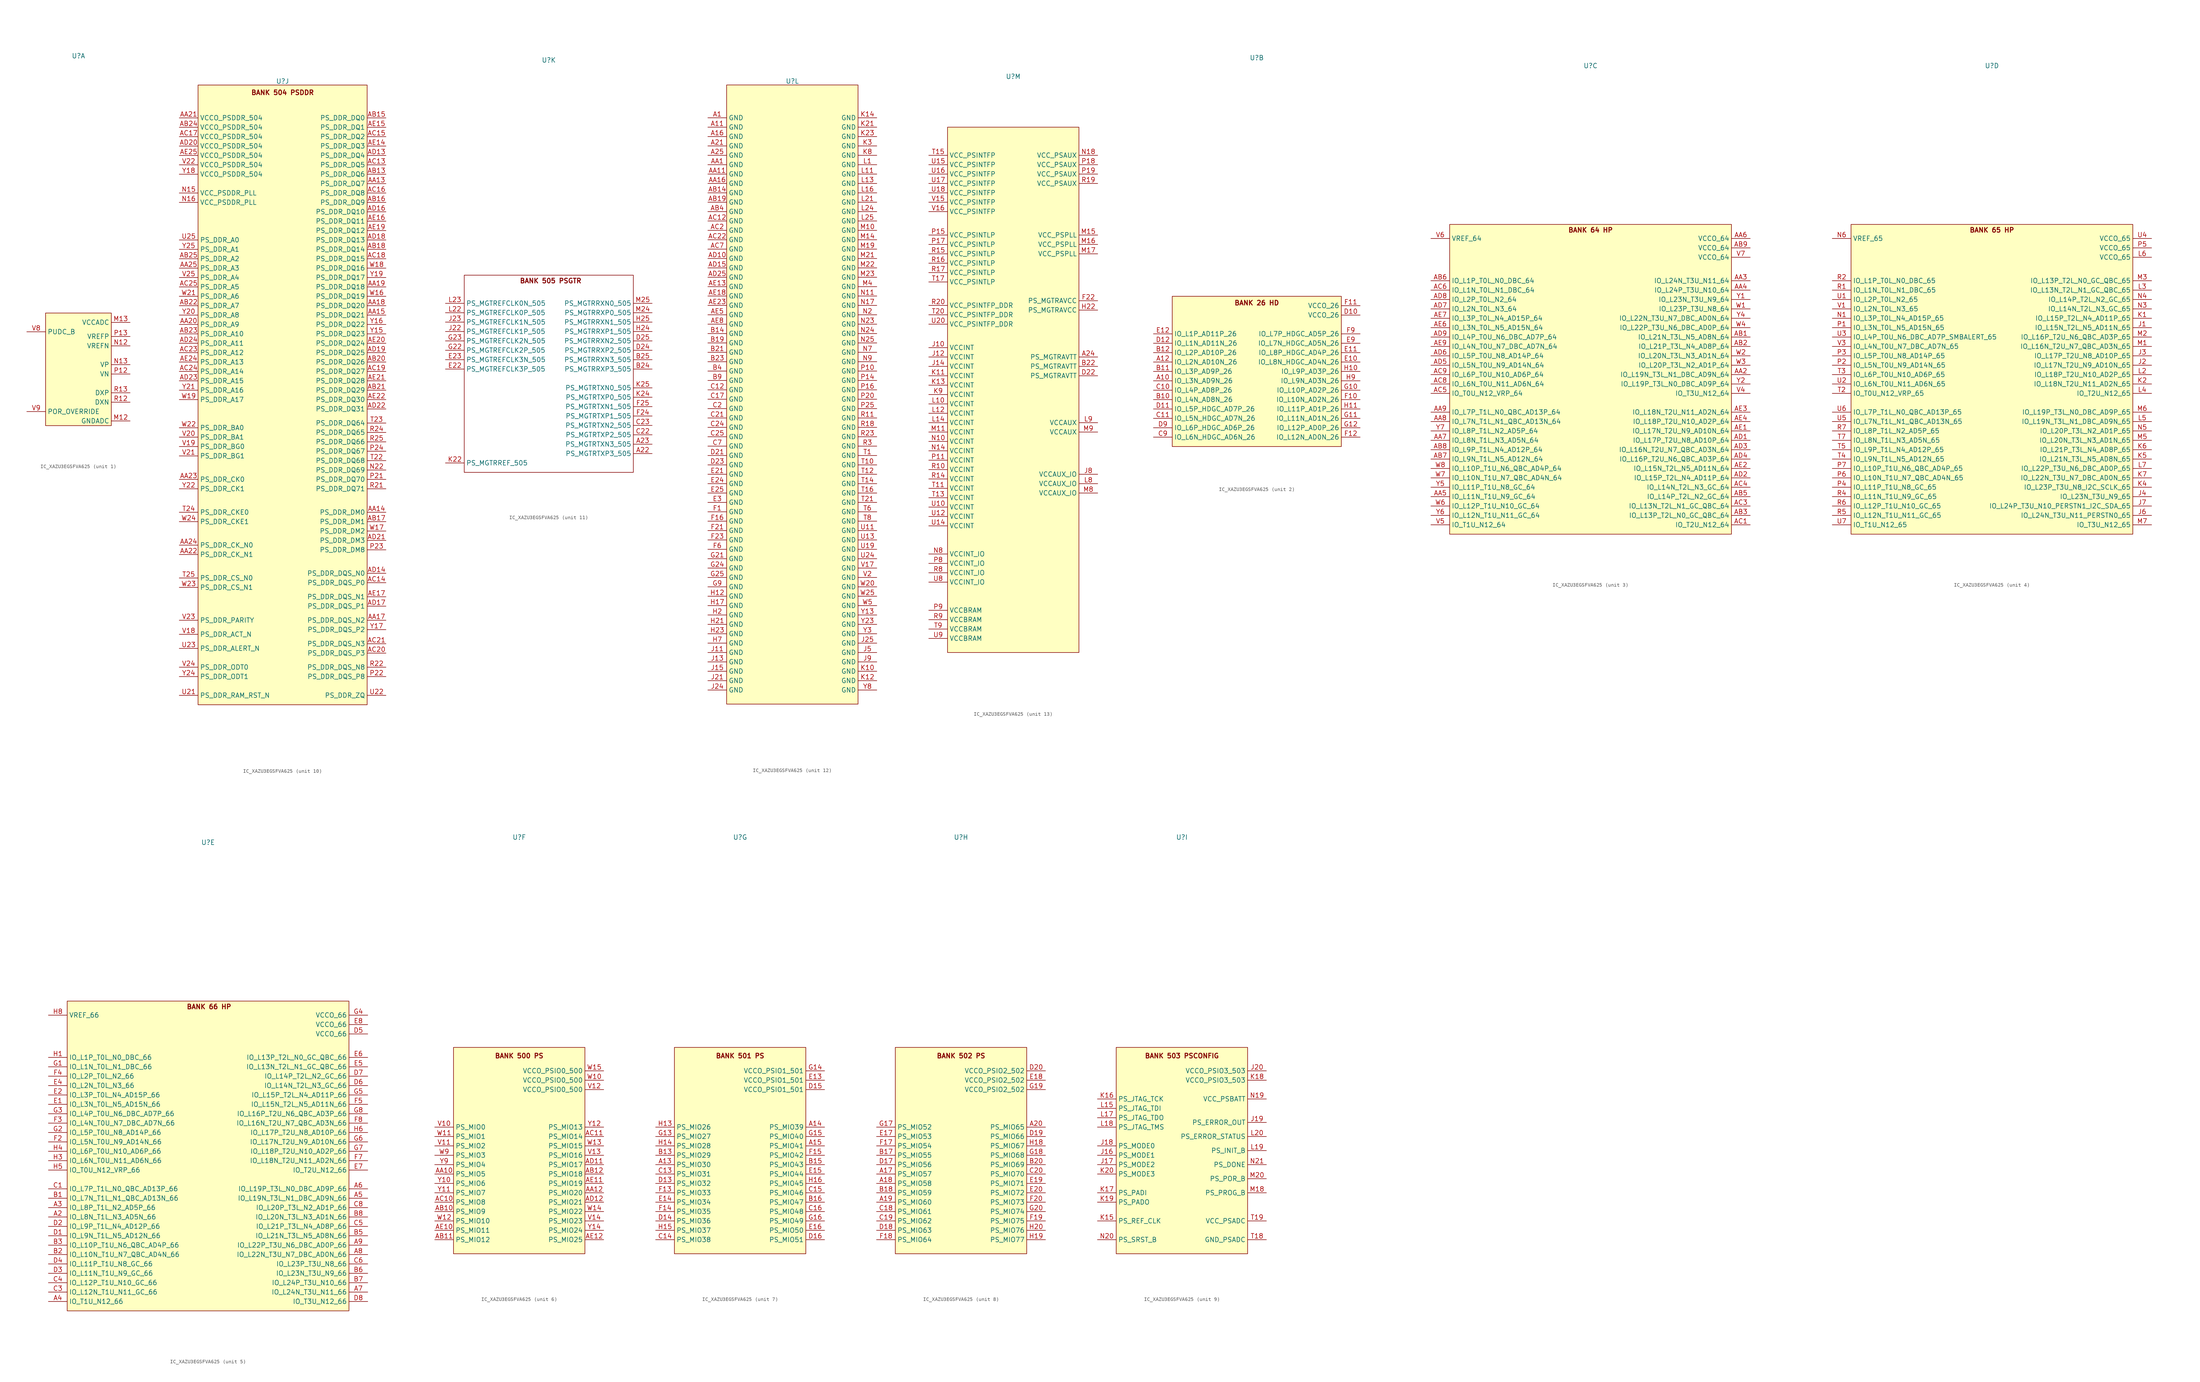
<source format=kicad_sym>
(kicad_symbol_lib
  (version 20241209)
  (generator "kicad_symbol_editor")
  (generator_version "9.0")
  (symbol "IC_XAZU3EGSFVA625"
    (property "Reference" "U"
      (at 0 84.836 0)
      (effects (font (size 1.27 1.27))))
    (property "Value" ""
      (at -2.54 22.86 0)
      (effects (font (size 1.27 1.27))))
    (property "ki_locked" ""
      (at 0 0 0)
      (effects (font (size 1.27 1.27))))
    (symbol "IC_XAZU3EGSFVA625_1_0"
      (pin passive line (at -13.97 10.16 0) (length 5.08) (name "PUDC_B" (effects (font (size 1.27 1.27)))) (number "V8" (effects (font (size 1.27 1.27)))))
      (pin passive line (at -13.97 -11.43 0) (length 5.08) (name "POR_OVERRIDE" (effects (font (size 1.27 1.27)))) (number "V9" (effects (font (size 1.27 1.27)))))
      (pin passive line (at 13.97 12.7 180) (length 5.08) (name "VCCADC" (effects (font (size 1.27 1.27)))) (number "M13" (effects (font (size 1.27 1.27)))))
      (pin passive line (at 13.97 8.89 180) (length 5.08) (name "VREFP" (effects (font (size 1.27 1.27)))) (number "P13" (effects (font (size 1.27 1.27)))))
      (pin passive line (at 13.97 6.35 180) (length 5.08) (name "VREFN" (effects (font (size 1.27 1.27)))) (number "N12" (effects (font (size 1.27 1.27)))))
      (pin passive line (at 13.97 1.27 180) (length 5.08) (name "VP" (effects (font (size 1.27 1.27)))) (number "N13" (effects (font (size 1.27 1.27)))))
      (pin passive line (at 13.97 -1.27 180) (length 5.08) (name "VN" (effects (font (size 1.27 1.27)))) (number "P12" (effects (font (size 1.27 1.27)))))
      (pin passive line (at 13.97 -6.35 180) (length 5.08) (name "DXP" (effects (font (size 1.27 1.27)))) (number "R13" (effects (font (size 1.27 1.27)))))
      (pin passive line (at 13.97 -13.97 180) (length 5.08) (name "GNDADC" (effects (font (size 1.27 1.27)))) (number "M12" (effects (font (size 1.27 1.27))))))
    (symbol "IC_XAZU3EGSFVA625_1_1"
      (rectangle (start -8.89 15.24) (end 8.89 -15.24) (stroke (width 0) (type default)) (fill (type background)))
      (pin passive line (at 13.97 -8.89 180) (length 5.08) (name "DXN" (effects (font (size 1.27 1.27)))) (number "R12" (effects (font (size 1.27 1.27))))))
    (symbol "IC_XAZU3EGSFVA625_2_0"
      (pin passive line (at -27.94 10.16 0) (length 5.08) (name "IO_L1P_AD11P_26" (effects (font (size 1.27 1.27)))) (number "E12" (effects (font (size 1.27 1.27)))))
      (pin passive line (at -27.94 7.62 0) (length 5.08) (name "IO_L1N_AD11N_26" (effects (font (size 1.27 1.27)))) (number "D12" (effects (font (size 1.27 1.27)))))
      (pin passive line (at -27.94 5.08 0) (length 5.08) (name "IO_L2P_AD10P_26" (effects (font (size 1.27 1.27)))) (number "B12" (effects (font (size 1.27 1.27)))))
      (pin passive line (at -27.94 2.54 0) (length 5.08) (name "IO_L2N_AD10N_26" (effects (font (size 1.27 1.27)))) (number "A12" (effects (font (size 1.27 1.27)))))
      (pin passive line (at -27.94 0 0) (length 5.08) (name "IO_L3P_AD9P_26" (effects (font (size 1.27 1.27)))) (number "B11" (effects (font (size 1.27 1.27)))))
      (pin passive line (at -27.94 -2.54 0) (length 5.08) (name "IO_L3N_AD9N_26" (effects (font (size 1.27 1.27)))) (number "A10" (effects (font (size 1.27 1.27)))))
      (pin passive line (at -27.94 -5.08 0) (length 5.08) (name "IO_L4P_AD8P_26" (effects (font (size 1.27 1.27)))) (number "C10" (effects (font (size 1.27 1.27)))))
      (pin passive line (at -27.94 -7.62 0) (length 5.08) (name "IO_L4N_AD8N_26" (effects (font (size 1.27 1.27)))) (number "B10" (effects (font (size 1.27 1.27)))))
      (pin passive line (at -27.94 -10.16 0) (length 5.08) (name "IO_L5P_HDGC_AD7P_26" (effects (font (size 1.27 1.27)))) (number "D11" (effects (font (size 1.27 1.27)))))
      (pin passive line (at -27.94 -12.7 0) (length 5.08) (name "IO_L5N_HDGC_AD7N_26" (effects (font (size 1.27 1.27)))) (number "C11" (effects (font (size 1.27 1.27)))))
      (pin passive line (at -27.94 -15.24 0) (length 5.08) (name "IO_L6P_HDGC_AD6P_26" (effects (font (size 1.27 1.27)))) (number "D9" (effects (font (size 1.27 1.27)))))
      (pin passive line (at -27.94 -17.78 0) (length 5.08) (name "IO_L6N_HDGC_AD6N_26" (effects (font (size 1.27 1.27)))) (number "C9" (effects (font (size 1.27 1.27)))))
      (pin passive line (at 27.94 17.78 180) (length 5.08) (name "VCCO_26" (effects (font (size 1.27 1.27)))) (number "F11" (effects (font (size 1.27 1.27)))))
      (pin passive line (at 27.94 15.24 180) (length 5.08) (name "VCCO_26" (effects (font (size 1.27 1.27)))) (number "D10" (effects (font (size 1.27 1.27)))))
      (pin passive line (at 27.94 10.16 180) (length 5.08) (name "IO_L7P_HDGC_AD5P_26" (effects (font (size 1.27 1.27)))) (number "F9" (effects (font (size 1.27 1.27)))))
      (pin passive line (at 27.94 7.62 180) (length 5.08) (name "IO_L7N_HDGC_AD5N_26" (effects (font (size 1.27 1.27)))) (number "E9" (effects (font (size 1.27 1.27)))))
      (pin passive line (at 27.94 5.08 180) (length 5.08) (name "IO_L8P_HDGC_AD4P_26" (effects (font (size 1.27 1.27)))) (number "E11" (effects (font (size 1.27 1.27)))))
      (pin passive line (at 27.94 2.54 180) (length 5.08) (name "IO_L8N_HDGC_AD4N_26" (effects (font (size 1.27 1.27)))) (number "E10" (effects (font (size 1.27 1.27)))))
      (pin passive line (at 27.94 0 180) (length 5.08) (name "IO_L9P_AD3P_26" (effects (font (size 1.27 1.27)))) (number "H10" (effects (font (size 1.27 1.27)))))
      (pin passive line (at 27.94 -2.54 180) (length 5.08) (name "IO_L9N_AD3N_26" (effects (font (size 1.27 1.27)))) (number "H9" (effects (font (size 1.27 1.27)))))
      (pin passive line (at 27.94 -5.08 180) (length 5.08) (name "IO_L10P_AD2P_26" (effects (font (size 1.27 1.27)))) (number "G10" (effects (font (size 1.27 1.27)))))
      (pin passive line (at 27.94 -7.62 180) (length 5.08) (name "IO_L10N_AD2N_26" (effects (font (size 1.27 1.27)))) (number "F10" (effects (font (size 1.27 1.27)))))
      (pin passive line (at 27.94 -10.16 180) (length 5.08) (name "IO_L11P_AD1P_26" (effects (font (size 1.27 1.27)))) (number "H11" (effects (font (size 1.27 1.27)))))
      (pin passive line (at 27.94 -12.7 180) (length 5.08) (name "IO_L11N_AD1N_26" (effects (font (size 1.27 1.27)))) (number "G11" (effects (font (size 1.27 1.27)))))
      (pin passive line (at 27.94 -15.24 180) (length 5.08) (name "IO_L12P_AD0P_26" (effects (font (size 1.27 1.27)))) (number "G12" (effects (font (size 1.27 1.27)))))
      (pin passive line (at 27.94 -17.78 180) (length 5.08) (name "IO_L12N_AD0N_26" (effects (font (size 1.27 1.27)))) (number "F12" (effects (font (size 1.27 1.27))))))
    (symbol "IC_XAZU3EGSFVA625_2_1"
      (rectangle (start -22.86 20.32) (end 22.86 -20.32) (stroke (width 0) (type default)) (fill (type background)))
      (text "BANK 26 HD" (at 0 18.542 0) (effects (font (size 1.27 1.27) (bold yes)))))
    (symbol "IC_XAZU3EGSFVA625_3_0"
      (pin passive line (at -43.18 38.1 0) (length 5.08) (name "VREF_64" (effects (font (size 1.27 1.27)))) (number "V6" (effects (font (size 1.27 1.27)))))
      (pin passive line (at -43.18 26.67 0) (length 5.08) (name "IO_L1P_T0L_N0_DBC_64" (effects (font (size 1.27 1.27)))) (number "AB6" (effects (font (size 1.27 1.27)))))
      (pin passive line (at -43.18 24.13 0) (length 5.08) (name "IO_L1N_T0L_N1_DBC_64" (effects (font (size 1.27 1.27)))) (number "AC6" (effects (font (size 1.27 1.27)))))
      (pin passive line (at -43.18 21.59 0) (length 5.08) (name "IO_L2P_T0L_N2_64" (effects (font (size 1.27 1.27)))) (number "AD8" (effects (font (size 1.27 1.27)))))
      (pin passive line (at -43.18 19.05 0) (length 5.08) (name "IO_L2N_T0L_N3_64" (effects (font (size 1.27 1.27)))) (number "AD7" (effects (font (size 1.27 1.27)))))
      (pin passive line (at -43.18 16.51 0) (length 5.08) (name "IO_L3P_T0L_N4_AD15P_64" (effects (font (size 1.27 1.27)))) (number "AE7" (effects (font (size 1.27 1.27)))))
      (pin passive line (at -43.18 13.97 0) (length 5.08) (name "IO_L3N_T0L_N5_AD15N_64" (effects (font (size 1.27 1.27)))) (number "AE6" (effects (font (size 1.27 1.27)))))
      (pin passive line (at -43.18 11.43 0) (length 5.08) (name "IO_L4P_T0U_N6_DBC_AD7P_64" (effects (font (size 1.27 1.27)))) (number "AD9" (effects (font (size 1.27 1.27)))))
      (pin passive line (at -43.18 8.89 0) (length 5.08) (name "IO_L4N_T0U_N7_DBC_AD7N_64" (effects (font (size 1.27 1.27)))) (number "AE9" (effects (font (size 1.27 1.27)))))
      (pin passive line (at -43.18 6.35 0) (length 5.08) (name "IO_L5P_T0U_N8_AD14P_64" (effects (font (size 1.27 1.27)))) (number "AD6" (effects (font (size 1.27 1.27)))))
      (pin passive line (at -43.18 3.81 0) (length 5.08) (name "IO_L5N_T0U_N9_AD14N_64" (effects (font (size 1.27 1.27)))) (number "AD5" (effects (font (size 1.27 1.27)))))
      (pin passive line (at -43.18 1.27 0) (length 5.08) (name "IO_L6P_T0U_N10_AD6P_64" (effects (font (size 1.27 1.27)))) (number "AC9" (effects (font (size 1.27 1.27)))))
      (pin passive line (at -43.18 -1.27 0) (length 5.08) (name "IO_L6N_T0U_N11_AD6N_64" (effects (font (size 1.27 1.27)))) (number "AC8" (effects (font (size 1.27 1.27)))))
      (pin passive line (at -43.18 -3.81 0) (length 5.08) (name "IO_T0U_N12_VRP_64" (effects (font (size 1.27 1.27)))) (number "AC5" (effects (font (size 1.27 1.27)))))
      (pin passive line (at -43.18 -8.89 0) (length 5.08) (name "IO_L7P_T1L_N0_QBC_AD13P_64" (effects (font (size 1.27 1.27)))) (number "AA9" (effects (font (size 1.27 1.27)))))
      (pin passive line (at -43.18 -11.43 0) (length 5.08) (name "IO_L7N_T1L_N1_QBC_AD13N_64" (effects (font (size 1.27 1.27)))) (number "AA8" (effects (font (size 1.27 1.27)))))
      (pin passive line (at -43.18 -13.97 0) (length 5.08) (name "IO_L8P_T1L_N2_AD5P_64" (effects (font (size 1.27 1.27)))) (number "Y7" (effects (font (size 1.27 1.27)))))
      (pin passive line (at -43.18 -16.51 0) (length 5.08) (name "IO_L8N_T1L_N3_AD5N_64" (effects (font (size 1.27 1.27)))) (number "AA7" (effects (font (size 1.27 1.27)))))
      (pin passive line (at -43.18 -19.05 0) (length 5.08) (name "IO_L9P_T1L_N4_AD12P_64" (effects (font (size 1.27 1.27)))) (number "AB8" (effects (font (size 1.27 1.27)))))
      (pin passive line (at -43.18 -21.59 0) (length 5.08) (name "IO_L9N_T1L_N5_AD12N_64" (effects (font (size 1.27 1.27)))) (number "AB7" (effects (font (size 1.27 1.27)))))
      (pin passive line (at -43.18 -24.13 0) (length 5.08) (name "IO_L10P_T1U_N6_QBC_AD4P_64" (effects (font (size 1.27 1.27)))) (number "W8" (effects (font (size 1.27 1.27)))))
      (pin passive line (at -43.18 -26.67 0) (length 5.08) (name "IO_L10N_T1U_N7_QBC_AD4N_64" (effects (font (size 1.27 1.27)))) (number "W7" (effects (font (size 1.27 1.27)))))
      (pin passive line (at -43.18 -29.21 0) (length 5.08) (name "IO_L11P_T1U_N8_GC_64" (effects (font (size 1.27 1.27)))) (number "Y5" (effects (font (size 1.27 1.27)))))
      (pin passive line (at -43.18 -31.75 0) (length 5.08) (name "IO_L11N_T1U_N9_GC_64" (effects (font (size 1.27 1.27)))) (number "AA5" (effects (font (size 1.27 1.27)))))
      (pin passive line (at -43.18 -34.29 0) (length 5.08) (name "IO_L12P_T1U_N10_GC_64" (effects (font (size 1.27 1.27)))) (number "W6" (effects (font (size 1.27 1.27)))))
      (pin passive line (at -43.18 -36.83 0) (length 5.08) (name "IO_L12N_T1U_N11_GC_64" (effects (font (size 1.27 1.27)))) (number "Y6" (effects (font (size 1.27 1.27)))))
      (pin passive line (at -43.18 -39.37 0) (length 5.08) (name "IO_T1U_N12_64" (effects (font (size 1.27 1.27)))) (number "V5" (effects (font (size 1.27 1.27)))))
      (pin passive line (at 43.18 38.1 180) (length 5.08) (name "VCCO_64" (effects (font (size 1.27 1.27)))) (number "AA6" (effects (font (size 1.27 1.27)))))
      (pin passive line (at 43.18 35.56 180) (length 5.08) (name "VCCO_64" (effects (font (size 1.27 1.27)))) (number "AB9" (effects (font (size 1.27 1.27)))))
      (pin passive line (at 43.18 33.02 180) (length 5.08) (name "VCCO_64" (effects (font (size 1.27 1.27)))) (number "V7" (effects (font (size 1.27 1.27)))))
      (pin passive line (at 43.18 26.67 180) (length 5.08) (name "IO_L24N_T3U_N11_64" (effects (font (size 1.27 1.27)))) (number "AA3" (effects (font (size 1.27 1.27)))))
      (pin passive line (at 43.18 24.13 180) (length 5.08) (name "IO_L24P_T3U_N10_64" (effects (font (size 1.27 1.27)))) (number "AA4" (effects (font (size 1.27 1.27)))))
      (pin passive line (at 43.18 21.59 180) (length 5.08) (name "IO_L23N_T3U_N9_64" (effects (font (size 1.27 1.27)))) (number "Y1" (effects (font (size 1.27 1.27)))))
      (pin passive line (at 43.18 19.05 180) (length 5.08) (name "IO_L23P_T3U_N8_64" (effects (font (size 1.27 1.27)))) (number "W1" (effects (font (size 1.27 1.27)))))
      (pin passive line (at 43.18 16.51 180) (length 5.08) (name "IO_L22N_T3U_N7_DBC_AD0N_64" (effects (font (size 1.27 1.27)))) (number "Y4" (effects (font (size 1.27 1.27)))))
      (pin passive line (at 43.18 13.97 180) (length 5.08) (name "IO_L22P_T3U_N6_DBC_AD0P_64" (effects (font (size 1.27 1.27)))) (number "W4" (effects (font (size 1.27 1.27)))))
      (pin passive line (at 43.18 11.43 180) (length 5.08) (name "IO_L21N_T3L_N5_AD8N_64" (effects (font (size 1.27 1.27)))) (number "AB1" (effects (font (size 1.27 1.27)))))
      (pin passive line (at 43.18 8.89 180) (length 5.08) (name "IO_L21P_T3L_N4_AD8P_64" (effects (font (size 1.27 1.27)))) (number "AB2" (effects (font (size 1.27 1.27)))))
      (pin passive line (at 43.18 6.35 180) (length 5.08) (name "IO_L20N_T3L_N3_AD1N_64" (effects (font (size 1.27 1.27)))) (number "W2" (effects (font (size 1.27 1.27)))))
      (pin passive line (at 43.18 3.81 180) (length 5.08) (name "IO_L20P_T3L_N2_AD1P_64" (effects (font (size 1.27 1.27)))) (number "W3" (effects (font (size 1.27 1.27)))))
      (pin passive line (at 43.18 1.27 180) (length 5.08) (name "IO_L19N_T3L_N1_DBC_AD9N_64" (effects (font (size 1.27 1.27)))) (number "AA2" (effects (font (size 1.27 1.27)))))
      (pin passive line (at 43.18 -1.27 180) (length 5.08) (name "IO_L19P_T3L_N0_DBC_AD9P_64" (effects (font (size 1.27 1.27)))) (number "Y2" (effects (font (size 1.27 1.27)))))
      (pin passive line (at 43.18 -3.81 180) (length 5.08) (name "IO_T3U_N12_64" (effects (font (size 1.27 1.27)))) (number "V4" (effects (font (size 1.27 1.27)))))
      (pin passive line (at 43.18 -8.89 180) (length 5.08) (name "IO_L18N_T2U_N11_AD2N_64" (effects (font (size 1.27 1.27)))) (number "AE3" (effects (font (size 1.27 1.27)))))
      (pin passive line (at 43.18 -11.43 180) (length 5.08) (name "IO_L18P_T2U_N10_AD2P_64" (effects (font (size 1.27 1.27)))) (number "AE4" (effects (font (size 1.27 1.27)))))
      (pin passive line (at 43.18 -13.97 180) (length 5.08) (name "IO_L17N_T2U_N9_AD10N_64" (effects (font (size 1.27 1.27)))) (number "AE1" (effects (font (size 1.27 1.27)))))
      (pin passive line (at 43.18 -16.51 180) (length 5.08) (name "IO_L17P_T2U_N8_AD10P_64" (effects (font (size 1.27 1.27)))) (number "AD1" (effects (font (size 1.27 1.27)))))
      (pin passive line (at 43.18 -19.05 180) (length 5.08) (name "IO_L16N_T2U_N7_QBC_AD3N_64" (effects (font (size 1.27 1.27)))) (number "AD3" (effects (font (size 1.27 1.27)))))
      (pin passive line (at 43.18 -21.59 180) (length 5.08) (name "IO_L16P_T2U_N6_QBC_AD3P_64" (effects (font (size 1.27 1.27)))) (number "AD4" (effects (font (size 1.27 1.27)))))
      (pin passive line (at 43.18 -24.13 180) (length 5.08) (name "IO_L15N_T2L_N5_AD11N_64" (effects (font (size 1.27 1.27)))) (number "AE2" (effects (font (size 1.27 1.27)))))
      (pin passive line (at 43.18 -26.67 180) (length 5.08) (name "IO_L15P_T2L_N4_AD11P_64" (effects (font (size 1.27 1.27)))) (number "AD2" (effects (font (size 1.27 1.27)))))
      (pin passive line (at 43.18 -29.21 180) (length 5.08) (name "IO_L14N_T2L_N3_GC_64" (effects (font (size 1.27 1.27)))) (number "AC4" (effects (font (size 1.27 1.27)))))
      (pin passive line (at 43.18 -31.75 180) (length 5.08) (name "IO_L14P_T2L_N2_GC_64" (effects (font (size 1.27 1.27)))) (number "AB5" (effects (font (size 1.27 1.27)))))
      (pin passive line (at 43.18 -34.29 180) (length 5.08) (name "IO_L13N_T2L_N1_GC_QBC_64" (effects (font (size 1.27 1.27)))) (number "AC3" (effects (font (size 1.27 1.27)))))
      (pin passive line (at 43.18 -36.83 180) (length 5.08) (name "IO_L13P_T2L_N0_GC_QBC_64" (effects (font (size 1.27 1.27)))) (number "AB3" (effects (font (size 1.27 1.27)))))
      (pin passive line (at 43.18 -39.37 180) (length 5.08) (name "IO_T2U_N12_64" (effects (font (size 1.27 1.27)))) (number "AC1" (effects (font (size 1.27 1.27))))))
    (symbol "IC_XAZU3EGSFVA625_3_1"
      (rectangle (start -38.1 41.91) (end 38.1 -41.91) (stroke (width 0) (type default)) (fill (type background)))
      (text "BANK 64 HP" (at 0 40.386 0) (effects (font (size 1.27 1.27) (bold yes)))))
    (symbol "IC_XAZU3EGSFVA625_4_0"
      (pin passive line (at -43.18 38.1 0) (length 5.08) (name "VREF_65" (effects (font (size 1.27 1.27)))) (number "N6" (effects (font (size 1.27 1.27)))))
      (pin passive line (at -43.18 26.67 0) (length 5.08) (name "IO_L1P_T0L_N0_DBC_65" (effects (font (size 1.27 1.27)))) (number "R2" (effects (font (size 1.27 1.27)))))
      (pin passive line (at -43.18 24.13 0) (length 5.08) (name "IO_L1N_T0L_N1_DBC_65" (effects (font (size 1.27 1.27)))) (number "R1" (effects (font (size 1.27 1.27)))))
      (pin passive line (at -43.18 21.59 0) (length 5.08) (name "IO_L2P_T0L_N2_65" (effects (font (size 1.27 1.27)))) (number "U1" (effects (font (size 1.27 1.27)))))
      (pin passive line (at -43.18 19.05 0) (length 5.08) (name "IO_L2N_T0L_N3_65" (effects (font (size 1.27 1.27)))) (number "V1" (effects (font (size 1.27 1.27)))))
      (pin passive line (at -43.18 16.51 0) (length 5.08) (name "IO_L3P_T0L_N4_AD15P_65" (effects (font (size 1.27 1.27)))) (number "N1" (effects (font (size 1.27 1.27)))))
      (pin passive line (at -43.18 13.97 0) (length 5.08) (name "IO_L3N_T0L_N5_AD15N_65" (effects (font (size 1.27 1.27)))) (number "P1" (effects (font (size 1.27 1.27)))))
      (pin passive line (at -43.18 11.43 0) (length 5.08) (name "IO_L4P_T0U_N6_DBC_AD7P_SMBALERT_65" (effects (font (size 1.27 1.27)))) (number "U3" (effects (font (size 1.27 1.27)))))
      (pin passive line (at -43.18 8.89 0) (length 5.08) (name "IO_L4N_T0U_N7_DBC_AD7N_65" (effects (font (size 1.27 1.27)))) (number "V3" (effects (font (size 1.27 1.27)))))
      (pin passive line (at -43.18 6.35 0) (length 5.08) (name "IO_L5P_T0U_N8_AD14P_65" (effects (font (size 1.27 1.27)))) (number "P3" (effects (font (size 1.27 1.27)))))
      (pin passive line (at -43.18 3.81 0) (length 5.08) (name "IO_L5N_T0U_N9_AD14N_65" (effects (font (size 1.27 1.27)))) (number "P2" (effects (font (size 1.27 1.27)))))
      (pin passive line (at -43.18 1.27 0) (length 5.08) (name "IO_L6P_T0U_N10_AD6P_65" (effects (font (size 1.27 1.27)))) (number "T3" (effects (font (size 1.27 1.27)))))
      (pin passive line (at -43.18 -1.27 0) (length 5.08) (name "IO_L6N_T0U_N11_AD6N_65" (effects (font (size 1.27 1.27)))) (number "U2" (effects (font (size 1.27 1.27)))))
      (pin passive line (at -43.18 -3.81 0) (length 5.08) (name "IO_T0U_N12_VRP_65" (effects (font (size 1.27 1.27)))) (number "T2" (effects (font (size 1.27 1.27)))))
      (pin passive line (at -43.18 -8.89 0) (length 5.08) (name "IO_L7P_T1L_N0_QBC_AD13P_65" (effects (font (size 1.27 1.27)))) (number "U6" (effects (font (size 1.27 1.27)))))
      (pin passive line (at -43.18 -11.43 0) (length 5.08) (name "IO_L7N_T1L_N1_QBC_AD13N_65" (effects (font (size 1.27 1.27)))) (number "U5" (effects (font (size 1.27 1.27)))))
      (pin passive line (at -43.18 -13.97 0) (length 5.08) (name "IO_L8P_T1L_N2_AD5P_65" (effects (font (size 1.27 1.27)))) (number "R7" (effects (font (size 1.27 1.27)))))
      (pin passive line (at -43.18 -16.51 0) (length 5.08) (name "IO_L8N_T1L_N3_AD5N_65" (effects (font (size 1.27 1.27)))) (number "T7" (effects (font (size 1.27 1.27)))))
      (pin passive line (at -43.18 -19.05 0) (length 5.08) (name "IO_L9P_T1L_N4_AD12P_65" (effects (font (size 1.27 1.27)))) (number "T5" (effects (font (size 1.27 1.27)))))
      (pin passive line (at -43.18 -21.59 0) (length 5.08) (name "IO_L9N_T1L_N5_AD12N_65" (effects (font (size 1.27 1.27)))) (number "T4" (effects (font (size 1.27 1.27)))))
      (pin passive line (at -43.18 -24.13 0) (length 5.08) (name "IO_L10P_T1U_N6_QBC_AD4P_65" (effects (font (size 1.27 1.27)))) (number "P7" (effects (font (size 1.27 1.27)))))
      (pin passive line (at -43.18 -26.67 0) (length 5.08) (name "IO_L10N_T1U_N7_QBC_AD4N_65" (effects (font (size 1.27 1.27)))) (number "P6" (effects (font (size 1.27 1.27)))))
      (pin passive line (at -43.18 -29.21 0) (length 5.08) (name "IO_L11P_T1U_N8_GC_65" (effects (font (size 1.27 1.27)))) (number "P4" (effects (font (size 1.27 1.27)))))
      (pin passive line (at -43.18 -31.75 0) (length 5.08) (name "IO_L11N_T1U_N9_GC_65" (effects (font (size 1.27 1.27)))) (number "R4" (effects (font (size 1.27 1.27)))))
      (pin passive line (at -43.18 -34.29 0) (length 5.08) (name "IO_L12P_T1U_N10_GC_65" (effects (font (size 1.27 1.27)))) (number "R6" (effects (font (size 1.27 1.27)))))
      (pin passive line (at -43.18 -36.83 0) (length 5.08) (name "IO_L12N_T1U_N11_GC_65" (effects (font (size 1.27 1.27)))) (number "R5" (effects (font (size 1.27 1.27)))))
      (pin passive line (at -43.18 -39.37 0) (length 5.08) (name "IO_T1U_N12_65" (effects (font (size 1.27 1.27)))) (number "U7" (effects (font (size 1.27 1.27)))))
      (pin passive line (at 43.18 38.1 180) (length 5.08) (name "VCCO_65" (effects (font (size 1.27 1.27)))) (number "U4" (effects (font (size 1.27 1.27)))))
      (pin passive line (at 43.18 35.56 180) (length 5.08) (name "VCCO_65" (effects (font (size 1.27 1.27)))) (number "P5" (effects (font (size 1.27 1.27)))))
      (pin passive line (at 43.18 33.02 180) (length 5.08) (name "VCCO_65" (effects (font (size 1.27 1.27)))) (number "L6" (effects (font (size 1.27 1.27)))))
      (pin passive line (at 43.18 26.67 180) (length 5.08) (name "IO_L13P_T2L_N0_GC_QBC_65" (effects (font (size 1.27 1.27)))) (number "M3" (effects (font (size 1.27 1.27)))))
      (pin passive line (at 43.18 24.13 180) (length 5.08) (name "IO_L13N_T2L_N1_GC_QBC_65" (effects (font (size 1.27 1.27)))) (number "L3" (effects (font (size 1.27 1.27)))))
      (pin passive line (at 43.18 21.59 180) (length 5.08) (name "IO_L14P_T2L_N2_GC_65" (effects (font (size 1.27 1.27)))) (number "N4" (effects (font (size 1.27 1.27)))))
      (pin passive line (at 43.18 19.05 180) (length 5.08) (name "IO_L14N_T2L_N3_GC_65" (effects (font (size 1.27 1.27)))) (number "N3" (effects (font (size 1.27 1.27)))))
      (pin passive line (at 43.18 16.51 180) (length 5.08) (name "IO_L15P_T2L_N4_AD11P_65" (effects (font (size 1.27 1.27)))) (number "K1" (effects (font (size 1.27 1.27)))))
      (pin passive line (at 43.18 13.97 180) (length 5.08) (name "IO_L15N_T2L_N5_AD11N_65" (effects (font (size 1.27 1.27)))) (number "J1" (effects (font (size 1.27 1.27)))))
      (pin passive line (at 43.18 11.43 180) (length 5.08) (name "IO_L16P_T2U_N6_QBC_AD3P_65" (effects (font (size 1.27 1.27)))) (number "M2" (effects (font (size 1.27 1.27)))))
      (pin passive line (at 43.18 8.89 180) (length 5.08) (name "IO_L16N_T2U_N7_QBC_AD3N_65" (effects (font (size 1.27 1.27)))) (number "M1" (effects (font (size 1.27 1.27)))))
      (pin passive line (at 43.18 6.35 180) (length 5.08) (name "IO_L17P_T2U_N8_AD10P_65" (effects (font (size 1.27 1.27)))) (number "J3" (effects (font (size 1.27 1.27)))))
      (pin passive line (at 43.18 3.81 180) (length 5.08) (name "IO_L17N_T2U_N9_AD10N_65" (effects (font (size 1.27 1.27)))) (number "J2" (effects (font (size 1.27 1.27)))))
      (pin passive line (at 43.18 1.27 180) (length 5.08) (name "IO_L18P_T2U_N10_AD2P_65" (effects (font (size 1.27 1.27)))) (number "L2" (effects (font (size 1.27 1.27)))))
      (pin passive line (at 43.18 -1.27 180) (length 5.08) (name "IO_L18N_T2U_N11_AD2N_65" (effects (font (size 1.27 1.27)))) (number "K2" (effects (font (size 1.27 1.27)))))
      (pin passive line (at 43.18 -3.81 180) (length 5.08) (name "IO_T2U_N12_65" (effects (font (size 1.27 1.27)))) (number "L4" (effects (font (size 1.27 1.27)))))
      (pin passive line (at 43.18 -8.89 180) (length 5.08) (name "IO_L19P_T3L_N0_DBC_AD9P_65" (effects (font (size 1.27 1.27)))) (number "M6" (effects (font (size 1.27 1.27)))))
      (pin passive line (at 43.18 -11.43 180) (length 5.08) (name "IO_L19N_T3L_N1_DBC_AD9N_65" (effects (font (size 1.27 1.27)))) (number "L5" (effects (font (size 1.27 1.27)))))
      (pin passive line (at 43.18 -13.97 180) (length 5.08) (name "IO_L20P_T3L_N2_AD1P_65" (effects (font (size 1.27 1.27)))) (number "N5" (effects (font (size 1.27 1.27)))))
      (pin passive line (at 43.18 -16.51 180) (length 5.08) (name "IO_L20N_T3L_N3_AD1N_65" (effects (font (size 1.27 1.27)))) (number "M5" (effects (font (size 1.27 1.27)))))
      (pin passive line (at 43.18 -19.05 180) (length 5.08) (name "IO_L21P_T3L_N4_AD8P_65" (effects (font (size 1.27 1.27)))) (number "K6" (effects (font (size 1.27 1.27)))))
      (pin passive line (at 43.18 -21.59 180) (length 5.08) (name "IO_L21N_T3L_N5_AD8N_65" (effects (font (size 1.27 1.27)))) (number "K5" (effects (font (size 1.27 1.27)))))
      (pin passive line (at 43.18 -24.13 180) (length 5.08) (name "IO_L22P_T3U_N6_DBC_AD0P_65" (effects (font (size 1.27 1.27)))) (number "L7" (effects (font (size 1.27 1.27)))))
      (pin passive line (at 43.18 -26.67 180) (length 5.08) (name "IO_L22N_T3U_N7_DBC_AD0N_65" (effects (font (size 1.27 1.27)))) (number "K7" (effects (font (size 1.27 1.27)))))
      (pin passive line (at 43.18 -29.21 180) (length 5.08) (name "IO_L23P_T3U_N8_I2C_SCLK_65" (effects (font (size 1.27 1.27)))) (number "K4" (effects (font (size 1.27 1.27)))))
      (pin passive line (at 43.18 -31.75 180) (length 5.08) (name "IO_L23N_T3U_N9_65" (effects (font (size 1.27 1.27)))) (number "J4" (effects (font (size 1.27 1.27)))))
      (pin passive line (at 43.18 -34.29 180) (length 5.08) (name "IO_L24P_T3U_N10_PERSTN1_I2C_SDA_65" (effects (font (size 1.27 1.27)))) (number "J7" (effects (font (size 1.27 1.27)))))
      (pin passive line (at 43.18 -36.83 180) (length 5.08) (name "IO_L24N_T3U_N11_PERSTN0_65" (effects (font (size 1.27 1.27)))) (number "J6" (effects (font (size 1.27 1.27)))))
      (pin passive line (at 43.18 -39.37 180) (length 5.08) (name "IO_T3U_N12_65" (effects (font (size 1.27 1.27)))) (number "M7" (effects (font (size 1.27 1.27))))))
    (symbol "IC_XAZU3EGSFVA625_4_1"
      (rectangle (start -38.1 41.91) (end 38.1 -41.91) (stroke (width 0) (type default)) (fill (type background)))
      (text "BANK 65 HP" (at 0 40.386 0) (effects (font (size 1.27 1.27) (bold yes)))))
    (symbol "IC_XAZU3EGSFVA625_5_0"
      (pin passive line (at -43.18 38.1 0) (length 5.08) (name "VREF_66" (effects (font (size 1.27 1.27)))) (number "H8" (effects (font (size 1.27 1.27)))))
      (pin passive line (at -43.18 26.67 0) (length 5.08) (name "IO_L1P_T0L_N0_DBC_66" (effects (font (size 1.27 1.27)))) (number "H1" (effects (font (size 1.27 1.27)))))
      (pin passive line (at -43.18 24.13 0) (length 5.08) (name "IO_L1N_T0L_N1_DBC_66" (effects (font (size 1.27 1.27)))) (number "G1" (effects (font (size 1.27 1.27)))))
      (pin passive line (at -43.18 21.59 0) (length 5.08) (name "IO_L2P_T0L_N2_66" (effects (font (size 1.27 1.27)))) (number "F4" (effects (font (size 1.27 1.27)))))
      (pin passive line (at -43.18 19.05 0) (length 5.08) (name "IO_L2N_T0L_N3_66" (effects (font (size 1.27 1.27)))) (number "E4" (effects (font (size 1.27 1.27)))))
      (pin passive line (at -43.18 16.51 0) (length 5.08) (name "IO_L3P_T0L_N4_AD15P_66" (effects (font (size 1.27 1.27)))) (number "E2" (effects (font (size 1.27 1.27)))))
      (pin passive line (at -43.18 13.97 0) (length 5.08) (name "IO_L3N_T0L_N5_AD15N_66" (effects (font (size 1.27 1.27)))) (number "E1" (effects (font (size 1.27 1.27)))))
      (pin passive line (at -43.18 11.43 0) (length 5.08) (name "IO_L4P_T0U_N6_DBC_AD7P_66" (effects (font (size 1.27 1.27)))) (number "G3" (effects (font (size 1.27 1.27)))))
      (pin passive line (at -43.18 8.89 0) (length 5.08) (name "IO_L4N_T0U_N7_DBC_AD7N_66" (effects (font (size 1.27 1.27)))) (number "F3" (effects (font (size 1.27 1.27)))))
      (pin passive line (at -43.18 6.35 0) (length 5.08) (name "IO_L5P_T0U_N8_AD14P_66" (effects (font (size 1.27 1.27)))) (number "G2" (effects (font (size 1.27 1.27)))))
      (pin passive line (at -43.18 3.81 0) (length 5.08) (name "IO_L5N_T0U_N9_AD14N_66" (effects (font (size 1.27 1.27)))) (number "F2" (effects (font (size 1.27 1.27)))))
      (pin passive line (at -43.18 1.27 0) (length 5.08) (name "IO_L6P_T0U_N10_AD6P_66" (effects (font (size 1.27 1.27)))) (number "H4" (effects (font (size 1.27 1.27)))))
      (pin passive line (at -43.18 -1.27 0) (length 5.08) (name "IO_L6N_T0U_N11_AD6N_66" (effects (font (size 1.27 1.27)))) (number "H3" (effects (font (size 1.27 1.27)))))
      (pin passive line (at -43.18 -3.81 0) (length 5.08) (name "IO_T0U_N12_VRP_66" (effects (font (size 1.27 1.27)))) (number "H5" (effects (font (size 1.27 1.27)))))
      (pin passive line (at -43.18 -8.89 0) (length 5.08) (name "IO_L7P_T1L_N0_QBC_AD13P_66" (effects (font (size 1.27 1.27)))) (number "C1" (effects (font (size 1.27 1.27)))))
      (pin passive line (at -43.18 -11.43 0) (length 5.08) (name "IO_L7N_T1L_N1_QBC_AD13N_66" (effects (font (size 1.27 1.27)))) (number "B1" (effects (font (size 1.27 1.27)))))
      (pin passive line (at -43.18 -13.97 0) (length 5.08) (name "IO_L8P_T1L_N2_AD5P_66" (effects (font (size 1.27 1.27)))) (number "A3" (effects (font (size 1.27 1.27)))))
      (pin passive line (at -43.18 -16.51 0) (length 5.08) (name "IO_L8N_T1L_N3_AD5N_66" (effects (font (size 1.27 1.27)))) (number "A2" (effects (font (size 1.27 1.27)))))
      (pin passive line (at -43.18 -19.05 0) (length 5.08) (name "IO_L9P_T1L_N4_AD12P_66" (effects (font (size 1.27 1.27)))) (number "D2" (effects (font (size 1.27 1.27)))))
      (pin passive line (at -43.18 -21.59 0) (length 5.08) (name "IO_L9N_T1L_N5_AD12N_66" (effects (font (size 1.27 1.27)))) (number "D1" (effects (font (size 1.27 1.27)))))
      (pin passive line (at -43.18 -24.13 0) (length 5.08) (name "IO_L10P_T1U_N6_QBC_AD4P_66" (effects (font (size 1.27 1.27)))) (number "B3" (effects (font (size 1.27 1.27)))))
      (pin passive line (at -43.18 -26.67 0) (length 5.08) (name "IO_L10N_T1U_N7_QBC_AD4N_66" (effects (font (size 1.27 1.27)))) (number "B2" (effects (font (size 1.27 1.27)))))
      (pin passive line (at -43.18 -29.21 0) (length 5.08) (name "IO_L11P_T1U_N8_GC_66" (effects (font (size 1.27 1.27)))) (number "D4" (effects (font (size 1.27 1.27)))))
      (pin passive line (at -43.18 -31.75 0) (length 5.08) (name "IO_L11N_T1U_N9_GC_66" (effects (font (size 1.27 1.27)))) (number "D3" (effects (font (size 1.27 1.27)))))
      (pin passive line (at -43.18 -34.29 0) (length 5.08) (name "IO_L12P_T1U_N10_GC_66" (effects (font (size 1.27 1.27)))) (number "C4" (effects (font (size 1.27 1.27)))))
      (pin passive line (at -43.18 -36.83 0) (length 5.08) (name "IO_L12N_T1U_N11_GC_66" (effects (font (size 1.27 1.27)))) (number "C3" (effects (font (size 1.27 1.27)))))
      (pin passive line (at -43.18 -39.37 0) (length 5.08) (name "IO_T1U_N12_66" (effects (font (size 1.27 1.27)))) (number "A4" (effects (font (size 1.27 1.27)))))
      (pin passive line (at 43.18 38.1 180) (length 5.08) (name "VCCO_66" (effects (font (size 1.27 1.27)))) (number "G4" (effects (font (size 1.27 1.27)))))
      (pin passive line (at 43.18 35.56 180) (length 5.08) (name "VCCO_66" (effects (font (size 1.27 1.27)))) (number "E8" (effects (font (size 1.27 1.27)))))
      (pin passive line (at 43.18 33.02 180) (length 5.08) (name "VCCO_66" (effects (font (size 1.27 1.27)))) (number "D5" (effects (font (size 1.27 1.27)))))
      (pin passive line (at 43.18 26.67 180) (length 5.08) (name "IO_L13P_T2L_N0_GC_QBC_66" (effects (font (size 1.27 1.27)))) (number "E6" (effects (font (size 1.27 1.27)))))
      (pin passive line (at 43.18 24.13 180) (length 5.08) (name "IO_L13N_T2L_N1_GC_QBC_66" (effects (font (size 1.27 1.27)))) (number "E5" (effects (font (size 1.27 1.27)))))
      (pin passive line (at 43.18 21.59 180) (length 5.08) (name "IO_L14P_T2L_N2_GC_66" (effects (font (size 1.27 1.27)))) (number "D7" (effects (font (size 1.27 1.27)))))
      (pin passive line (at 43.18 19.05 180) (length 5.08) (name "IO_L14N_T2L_N3_GC_66" (effects (font (size 1.27 1.27)))) (number "D6" (effects (font (size 1.27 1.27)))))
      (pin passive line (at 43.18 16.51 180) (length 5.08) (name "IO_L15P_T2L_N4_AD11P_66" (effects (font (size 1.27 1.27)))) (number "G5" (effects (font (size 1.27 1.27)))))
      (pin passive line (at 43.18 13.97 180) (length 5.08) (name "IO_L15N_T2L_N5_AD11N_66" (effects (font (size 1.27 1.27)))) (number "F5" (effects (font (size 1.27 1.27)))))
      (pin passive line (at 43.18 11.43 180) (length 5.08) (name "IO_L16P_T2U_N6_QBC_AD3P_66" (effects (font (size 1.27 1.27)))) (number "G8" (effects (font (size 1.27 1.27)))))
      (pin passive line (at 43.18 8.89 180) (length 5.08) (name "IO_L16N_T2U_N7_QBC_AD3N_66" (effects (font (size 1.27 1.27)))) (number "F8" (effects (font (size 1.27 1.27)))))
      (pin passive line (at 43.18 6.35 180) (length 5.08) (name "IO_L17P_T2U_N8_AD10P_66" (effects (font (size 1.27 1.27)))) (number "H6" (effects (font (size 1.27 1.27)))))
      (pin passive line (at 43.18 3.81 180) (length 5.08) (name "IO_L17N_T2U_N9_AD10N_66" (effects (font (size 1.27 1.27)))) (number "G6" (effects (font (size 1.27 1.27)))))
      (pin passive line (at 43.18 1.27 180) (length 5.08) (name "IO_L18P_T2U_N10_AD2P_66" (effects (font (size 1.27 1.27)))) (number "G7" (effects (font (size 1.27 1.27)))))
      (pin passive line (at 43.18 -1.27 180) (length 5.08) (name "IO_L18N_T2U_N11_AD2N_66" (effects (font (size 1.27 1.27)))) (number "F7" (effects (font (size 1.27 1.27)))))
      (pin passive line (at 43.18 -3.81 180) (length 5.08) (name "IO_T2U_N12_66" (effects (font (size 1.27 1.27)))) (number "E7" (effects (font (size 1.27 1.27)))))
      (pin passive line (at 43.18 -8.89 180) (length 5.08) (name "IO_L19P_T3L_N0_DBC_AD9P_66" (effects (font (size 1.27 1.27)))) (number "A6" (effects (font (size 1.27 1.27)))))
      (pin passive line (at 43.18 -11.43 180) (length 5.08) (name "IO_L19N_T3L_N1_DBC_AD9N_66" (effects (font (size 1.27 1.27)))) (number "A5" (effects (font (size 1.27 1.27)))))
      (pin passive line (at 43.18 -13.97 180) (length 5.08) (name "IO_L20P_T3L_N2_AD1P_66" (effects (font (size 1.27 1.27)))) (number "C8" (effects (font (size 1.27 1.27)))))
      (pin passive line (at 43.18 -16.51 180) (length 5.08) (name "IO_L20N_T3L_N3_AD1N_66" (effects (font (size 1.27 1.27)))) (number "B8" (effects (font (size 1.27 1.27)))))
      (pin passive line (at 43.18 -19.05 180) (length 5.08) (name "IO_L21P_T3L_N4_AD8P_66" (effects (font (size 1.27 1.27)))) (number "C5" (effects (font (size 1.27 1.27)))))
      (pin passive line (at 43.18 -21.59 180) (length 5.08) (name "IO_L21N_T3L_N5_AD8N_66" (effects (font (size 1.27 1.27)))) (number "B5" (effects (font (size 1.27 1.27)))))
      (pin passive line (at 43.18 -24.13 180) (length 5.08) (name "IO_L22P_T3U_N6_DBC_AD0P_66" (effects (font (size 1.27 1.27)))) (number "A9" (effects (font (size 1.27 1.27)))))
      (pin passive line (at 43.18 -26.67 180) (length 5.08) (name "IO_L22N_T3U_N7_DBC_AD0N_66" (effects (font (size 1.27 1.27)))) (number "A8" (effects (font (size 1.27 1.27)))))
      (pin passive line (at 43.18 -29.21 180) (length 5.08) (name "IO_L23P_T3U_N8_66" (effects (font (size 1.27 1.27)))) (number "C6" (effects (font (size 1.27 1.27)))))
      (pin passive line (at 43.18 -31.75 180) (length 5.08) (name "IO_L23N_T3U_N9_66" (effects (font (size 1.27 1.27)))) (number "B6" (effects (font (size 1.27 1.27)))))
      (pin passive line (at 43.18 -34.29 180) (length 5.08) (name "IO_L24P_T3U_N10_66" (effects (font (size 1.27 1.27)))) (number "B7" (effects (font (size 1.27 1.27)))))
      (pin passive line (at 43.18 -36.83 180) (length 5.08) (name "IO_L24N_T3U_N11_66" (effects (font (size 1.27 1.27)))) (number "A7" (effects (font (size 1.27 1.27)))))
      (pin passive line (at 43.18 -39.37 180) (length 5.08) (name "IO_T3U_N12_66" (effects (font (size 1.27 1.27)))) (number "D8" (effects (font (size 1.27 1.27))))))
    (symbol "IC_XAZU3EGSFVA625_5_1"
      (rectangle (start -38.1 41.91) (end 38.1 -41.91) (stroke (width 0) (type default)) (fill (type background)))
      (text "BANK 66 HP" (at 0.254 40.386 0) (effects (font (size 1.27 1.27) (bold yes)))))
    (symbol "IC_XAZU3EGSFVA625_6_0"
      (pin passive line (at -22.86 6.35 0) (length 5.08) (name "PS_MIO0" (effects (font (size 1.27 1.27)))) (number "V10" (effects (font (size 1.27 1.27)))))
      (pin passive line (at -22.86 3.81 0) (length 5.08) (name "PS_MIO1" (effects (font (size 1.27 1.27)))) (number "W11" (effects (font (size 1.27 1.27)))))
      (pin passive line (at -22.86 1.27 0) (length 5.08) (name "PS_MIO2" (effects (font (size 1.27 1.27)))) (number "V11" (effects (font (size 1.27 1.27)))))
      (pin passive line (at -22.86 -1.27 0) (length 5.08) (name "PS_MIO3" (effects (font (size 1.27 1.27)))) (number "W9" (effects (font (size 1.27 1.27)))))
      (pin passive line (at -22.86 -3.81 0) (length 5.08) (name "PS_MIO4" (effects (font (size 1.27 1.27)))) (number "Y9" (effects (font (size 1.27 1.27)))))
      (pin passive line (at -22.86 -6.35 0) (length 5.08) (name "PS_MIO5" (effects (font (size 1.27 1.27)))) (number "AA10" (effects (font (size 1.27 1.27)))))
      (pin passive line (at -22.86 -8.89 0) (length 5.08) (name "PS_MIO6" (effects (font (size 1.27 1.27)))) (number "Y10" (effects (font (size 1.27 1.27)))))
      (pin passive line (at -22.86 -11.43 0) (length 5.08) (name "PS_MIO7" (effects (font (size 1.27 1.27)))) (number "Y11" (effects (font (size 1.27 1.27)))))
      (pin passive line (at -22.86 -13.97 0) (length 5.08) (name "PS_MIO8" (effects (font (size 1.27 1.27)))) (number "AC10" (effects (font (size 1.27 1.27)))))
      (pin passive line (at -22.86 -16.51 0) (length 5.08) (name "PS_MIO9" (effects (font (size 1.27 1.27)))) (number "AB10" (effects (font (size 1.27 1.27)))))
      (pin passive line (at -22.86 -19.05 0) (length 5.08) (name "PS_MIO10" (effects (font (size 1.27 1.27)))) (number "W12" (effects (font (size 1.27 1.27)))))
      (pin passive line (at -22.86 -21.59 0) (length 5.08) (name "PS_MIO11" (effects (font (size 1.27 1.27)))) (number "AE10" (effects (font (size 1.27 1.27)))))
      (pin passive line (at -22.86 -24.13 0) (length 5.08) (name "PS_MIO12" (effects (font (size 1.27 1.27)))) (number "AB11" (effects (font (size 1.27 1.27)))))
      (pin passive line (at 22.86 21.59 180) (length 5.08) (name "VCCO_PSIO0_500" (effects (font (size 1.27 1.27)))) (number "W15" (effects (font (size 1.27 1.27)))))
      (pin passive line (at 22.86 19.05 180) (length 5.08) (name "VCCO_PSIO0_500" (effects (font (size 1.27 1.27)))) (number "W10" (effects (font (size 1.27 1.27)))))
      (pin passive line (at 22.86 16.51 180) (length 5.08) (name "VCCO_PSIO0_500" (effects (font (size 1.27 1.27)))) (number "V12" (effects (font (size 1.27 1.27)))))
      (pin passive line (at 22.86 6.35 180) (length 5.08) (name "PS_MIO13" (effects (font (size 1.27 1.27)))) (number "Y12" (effects (font (size 1.27 1.27)))))
      (pin passive line (at 22.86 3.81 180) (length 5.08) (name "PS_MIO14" (effects (font (size 1.27 1.27)))) (number "AC11" (effects (font (size 1.27 1.27)))))
      (pin passive line (at 22.86 1.27 180) (length 5.08) (name "PS_MIO15" (effects (font (size 1.27 1.27)))) (number "W13" (effects (font (size 1.27 1.27)))))
      (pin passive line (at 22.86 -1.27 180) (length 5.08) (name "PS_MIO16" (effects (font (size 1.27 1.27)))) (number "V13" (effects (font (size 1.27 1.27)))))
      (pin passive line (at 22.86 -3.81 180) (length 5.08) (name "PS_MIO17" (effects (font (size 1.27 1.27)))) (number "AD11" (effects (font (size 1.27 1.27)))))
      (pin passive line (at 22.86 -6.35 180) (length 5.08) (name "PS_MIO18" (effects (font (size 1.27 1.27)))) (number "AB12" (effects (font (size 1.27 1.27)))))
      (pin passive line (at 22.86 -8.89 180) (length 5.08) (name "PS_MIO19" (effects (font (size 1.27 1.27)))) (number "AE11" (effects (font (size 1.27 1.27)))))
      (pin passive line (at 22.86 -11.43 180) (length 5.08) (name "PS_MIO20" (effects (font (size 1.27 1.27)))) (number "AA12" (effects (font (size 1.27 1.27)))))
      (pin passive line (at 22.86 -13.97 180) (length 5.08) (name "PS_MIO21" (effects (font (size 1.27 1.27)))) (number "AD12" (effects (font (size 1.27 1.27)))))
      (pin passive line (at 22.86 -16.51 180) (length 5.08) (name "PS_MIO22" (effects (font (size 1.27 1.27)))) (number "W14" (effects (font (size 1.27 1.27)))))
      (pin passive line (at 22.86 -19.05 180) (length 5.08) (name "PS_MIO23" (effects (font (size 1.27 1.27)))) (number "V14" (effects (font (size 1.27 1.27)))))
      (pin passive line (at 22.86 -21.59 180) (length 5.08) (name "PS_MIO24" (effects (font (size 1.27 1.27)))) (number "Y14" (effects (font (size 1.27 1.27)))))
      (pin passive line (at 22.86 -24.13 180) (length 5.08) (name "PS_MIO25" (effects (font (size 1.27 1.27)))) (number "AE12" (effects (font (size 1.27 1.27))))))
    (symbol "IC_XAZU3EGSFVA625_6_1"
      (rectangle (start -17.78 27.94) (end 17.78 -27.94) (stroke (width 0) (type default)) (fill (type background)))
      (text "BANK 500 PS" (at 0 25.654 0) (effects (font (size 1.27 1.27) (bold yes)))))
    (symbol "IC_XAZU3EGSFVA625_7_0"
      (pin passive line (at -22.86 6.35 0) (length 5.08) (name "PS_MIO26" (effects (font (size 1.27 1.27)))) (number "H13" (effects (font (size 1.27 1.27)))))
      (pin passive line (at -22.86 3.81 0) (length 5.08) (name "PS_MIO27" (effects (font (size 1.27 1.27)))) (number "G13" (effects (font (size 1.27 1.27)))))
      (pin passive line (at -22.86 1.27 0) (length 5.08) (name "PS_MIO28" (effects (font (size 1.27 1.27)))) (number "H14" (effects (font (size 1.27 1.27)))))
      (pin passive line (at -22.86 -1.27 0) (length 5.08) (name "PS_MIO29" (effects (font (size 1.27 1.27)))) (number "B13" (effects (font (size 1.27 1.27)))))
      (pin passive line (at -22.86 -3.81 0) (length 5.08) (name "PS_MIO30" (effects (font (size 1.27 1.27)))) (number "A13" (effects (font (size 1.27 1.27)))))
      (pin passive line (at -22.86 -6.35 0) (length 5.08) (name "PS_MIO31" (effects (font (size 1.27 1.27)))) (number "C13" (effects (font (size 1.27 1.27)))))
      (pin passive line (at -22.86 -8.89 0) (length 5.08) (name "PS_MIO32" (effects (font (size 1.27 1.27)))) (number "D13" (effects (font (size 1.27 1.27)))))
      (pin passive line (at -22.86 -11.43 0) (length 5.08) (name "PS_MIO33" (effects (font (size 1.27 1.27)))) (number "F13" (effects (font (size 1.27 1.27)))))
      (pin passive line (at -22.86 -13.97 0) (length 5.08) (name "PS_MIO34" (effects (font (size 1.27 1.27)))) (number "E14" (effects (font (size 1.27 1.27)))))
      (pin passive line (at -22.86 -16.51 0) (length 5.08) (name "PS_MIO35" (effects (font (size 1.27 1.27)))) (number "F14" (effects (font (size 1.27 1.27)))))
      (pin passive line (at -22.86 -19.05 0) (length 5.08) (name "PS_MIO36" (effects (font (size 1.27 1.27)))) (number "D14" (effects (font (size 1.27 1.27)))))
      (pin passive line (at -22.86 -21.59 0) (length 5.08) (name "PS_MIO37" (effects (font (size 1.27 1.27)))) (number "H15" (effects (font (size 1.27 1.27)))))
      (pin passive line (at -22.86 -24.13 0) (length 5.08) (name "PS_MIO38" (effects (font (size 1.27 1.27)))) (number "C14" (effects (font (size 1.27 1.27)))))
      (pin passive line (at 22.86 21.59 180) (length 5.08) (name "VCCO_PSIO1_501" (effects (font (size 1.27 1.27)))) (number "G14" (effects (font (size 1.27 1.27)))))
      (pin passive line (at 22.86 19.05 180) (length 5.08) (name "VCCO_PSIO1_501" (effects (font (size 1.27 1.27)))) (number "E13" (effects (font (size 1.27 1.27)))))
      (pin passive line (at 22.86 16.51 180) (length 5.08) (name "VCCO_PSIO1_501" (effects (font (size 1.27 1.27)))) (number "D15" (effects (font (size 1.27 1.27)))))
      (pin passive line (at 22.86 6.35 180) (length 5.08) (name "PS_MIO39" (effects (font (size 1.27 1.27)))) (number "A14" (effects (font (size 1.27 1.27)))))
      (pin passive line (at 22.86 3.81 180) (length 5.08) (name "PS_MIO40" (effects (font (size 1.27 1.27)))) (number "G15" (effects (font (size 1.27 1.27)))))
      (pin passive line (at 22.86 1.27 180) (length 5.08) (name "PS_MIO41" (effects (font (size 1.27 1.27)))) (number "A15" (effects (font (size 1.27 1.27)))))
      (pin passive line (at 22.86 -1.27 180) (length 5.08) (name "PS_MIO42" (effects (font (size 1.27 1.27)))) (number "F15" (effects (font (size 1.27 1.27)))))
      (pin passive line (at 22.86 -3.81 180) (length 5.08) (name "PS_MIO43" (effects (font (size 1.27 1.27)))) (number "B15" (effects (font (size 1.27 1.27)))))
      (pin passive line (at 22.86 -6.35 180) (length 5.08) (name "PS_MIO44" (effects (font (size 1.27 1.27)))) (number "E15" (effects (font (size 1.27 1.27)))))
      (pin passive line (at 22.86 -8.89 180) (length 5.08) (name "PS_MIO45" (effects (font (size 1.27 1.27)))) (number "H16" (effects (font (size 1.27 1.27)))))
      (pin passive line (at 22.86 -11.43 180) (length 5.08) (name "PS_MIO46" (effects (font (size 1.27 1.27)))) (number "C15" (effects (font (size 1.27 1.27)))))
      (pin passive line (at 22.86 -13.97 180) (length 5.08) (name "PS_MIO47" (effects (font (size 1.27 1.27)))) (number "B16" (effects (font (size 1.27 1.27)))))
      (pin passive line (at 22.86 -16.51 180) (length 5.08) (name "PS_MIO48" (effects (font (size 1.27 1.27)))) (number "C16" (effects (font (size 1.27 1.27)))))
      (pin passive line (at 22.86 -19.05 180) (length 5.08) (name "PS_MIO49" (effects (font (size 1.27 1.27)))) (number "G16" (effects (font (size 1.27 1.27)))))
      (pin passive line (at 22.86 -21.59 180) (length 5.08) (name "PS_MIO50" (effects (font (size 1.27 1.27)))) (number "E16" (effects (font (size 1.27 1.27)))))
      (pin passive line (at 22.86 -24.13 180) (length 5.08) (name "PS_MIO51" (effects (font (size 1.27 1.27)))) (number "D16" (effects (font (size 1.27 1.27))))))
    (symbol "IC_XAZU3EGSFVA625_7_1"
      (rectangle (start -17.78 27.94) (end 17.78 -27.94) (stroke (width 0) (type default)) (fill (type background)))
      (text "BANK 501 PS" (at 0 25.654 0) (effects (font (size 1.27 1.27) (bold yes)))))
    (symbol "IC_XAZU3EGSFVA625_8_0"
      (pin passive line (at -22.86 6.35 0) (length 5.08) (name "PS_MIO52" (effects (font (size 1.27 1.27)))) (number "G17" (effects (font (size 1.27 1.27)))))
      (pin passive line (at -22.86 3.81 0) (length 5.08) (name "PS_MIO53" (effects (font (size 1.27 1.27)))) (number "E17" (effects (font (size 1.27 1.27)))))
      (pin passive line (at -22.86 1.27 0) (length 5.08) (name "PS_MIO54" (effects (font (size 1.27 1.27)))) (number "F17" (effects (font (size 1.27 1.27)))))
      (pin passive line (at -22.86 -1.27 0) (length 5.08) (name "PS_MIO55" (effects (font (size 1.27 1.27)))) (number "B17" (effects (font (size 1.27 1.27)))))
      (pin passive line (at -22.86 -3.81 0) (length 5.08) (name "PS_MIO56" (effects (font (size 1.27 1.27)))) (number "D17" (effects (font (size 1.27 1.27)))))
      (pin passive line (at -22.86 -6.35 0) (length 5.08) (name "PS_MIO57" (effects (font (size 1.27 1.27)))) (number "A17" (effects (font (size 1.27 1.27)))))
      (pin passive line (at -22.86 -8.89 0) (length 5.08) (name "PS_MIO58" (effects (font (size 1.27 1.27)))) (number "A18" (effects (font (size 1.27 1.27)))))
      (pin passive line (at -22.86 -11.43 0) (length 5.08) (name "PS_MIO59" (effects (font (size 1.27 1.27)))) (number "B18" (effects (font (size 1.27 1.27)))))
      (pin passive line (at -22.86 -13.97 0) (length 5.08) (name "PS_MIO60" (effects (font (size 1.27 1.27)))) (number "A19" (effects (font (size 1.27 1.27)))))
      (pin passive line (at -22.86 -16.51 0) (length 5.08) (name "PS_MIO61" (effects (font (size 1.27 1.27)))) (number "C18" (effects (font (size 1.27 1.27)))))
      (pin passive line (at -22.86 -19.05 0) (length 5.08) (name "PS_MIO62" (effects (font (size 1.27 1.27)))) (number "C19" (effects (font (size 1.27 1.27)))))
      (pin passive line (at -22.86 -21.59 0) (length 5.08) (name "PS_MIO63" (effects (font (size 1.27 1.27)))) (number "D18" (effects (font (size 1.27 1.27)))))
      (pin passive line (at -22.86 -24.13 0) (length 5.08) (name "PS_MIO64" (effects (font (size 1.27 1.27)))) (number "F18" (effects (font (size 1.27 1.27)))))
      (pin passive line (at 22.86 21.59 180) (length 5.08) (name "VCCO_PSIO2_502" (effects (font (size 1.27 1.27)))) (number "D20" (effects (font (size 1.27 1.27)))))
      (pin passive line (at 22.86 19.05 180) (length 5.08) (name "VCCO_PSIO2_502" (effects (font (size 1.27 1.27)))) (number "E18" (effects (font (size 1.27 1.27)))))
      (pin passive line (at 22.86 16.51 180) (length 5.08) (name "VCCO_PSIO2_502" (effects (font (size 1.27 1.27)))) (number "G19" (effects (font (size 1.27 1.27)))))
      (pin passive line (at 22.86 6.35 180) (length 5.08) (name "PS_MIO65" (effects (font (size 1.27 1.27)))) (number "A20" (effects (font (size 1.27 1.27)))))
      (pin passive line (at 22.86 3.81 180) (length 5.08) (name "PS_MIO66" (effects (font (size 1.27 1.27)))) (number "D19" (effects (font (size 1.27 1.27)))))
      (pin passive line (at 22.86 1.27 180) (length 5.08) (name "PS_MIO67" (effects (font (size 1.27 1.27)))) (number "H18" (effects (font (size 1.27 1.27)))))
      (pin passive line (at 22.86 -1.27 180) (length 5.08) (name "PS_MIO68" (effects (font (size 1.27 1.27)))) (number "G18" (effects (font (size 1.27 1.27)))))
      (pin passive line (at 22.86 -3.81 180) (length 5.08) (name "PS_MIO69" (effects (font (size 1.27 1.27)))) (number "B20" (effects (font (size 1.27 1.27)))))
      (pin passive line (at 22.86 -6.35 180) (length 5.08) (name "PS_MIO70" (effects (font (size 1.27 1.27)))) (number "C20" (effects (font (size 1.27 1.27)))))
      (pin passive line (at 22.86 -8.89 180) (length 5.08) (name "PS_MIO71" (effects (font (size 1.27 1.27)))) (number "E19" (effects (font (size 1.27 1.27)))))
      (pin passive line (at 22.86 -11.43 180) (length 5.08) (name "PS_MIO72" (effects (font (size 1.27 1.27)))) (number "E20" (effects (font (size 1.27 1.27)))))
      (pin passive line (at 22.86 -13.97 180) (length 5.08) (name "PS_MIO73" (effects (font (size 1.27 1.27)))) (number "F20" (effects (font (size 1.27 1.27)))))
      (pin passive line (at 22.86 -16.51 180) (length 5.08) (name "PS_MIO74" (effects (font (size 1.27 1.27)))) (number "G20" (effects (font (size 1.27 1.27)))))
      (pin passive line (at 22.86 -19.05 180) (length 5.08) (name "PS_MIO75" (effects (font (size 1.27 1.27)))) (number "F19" (effects (font (size 1.27 1.27)))))
      (pin passive line (at 22.86 -21.59 180) (length 5.08) (name "PS_MIO76" (effects (font (size 1.27 1.27)))) (number "H20" (effects (font (size 1.27 1.27)))))
      (pin passive line (at 22.86 -24.13 180) (length 5.08) (name "PS_MIO77" (effects (font (size 1.27 1.27)))) (number "H19" (effects (font (size 1.27 1.27))))))
    (symbol "IC_XAZU3EGSFVA625_8_1"
      (rectangle (start -17.78 27.94) (end 17.78 -27.94) (stroke (width 0) (type default)) (fill (type background)))
      (text "BANK 502 PS" (at 0 25.654 0) (effects (font (size 1.27 1.27) (bold yes)))))
    (symbol "IC_XAZU3EGSFVA625_9_0"
      (pin passive line (at -22.86 13.97 0) (length 5.08) (name "PS_JTAG_TCK" (effects (font (size 1.27 1.27)))) (number "K16" (effects (font (size 1.27 1.27)))))
      (pin passive line (at -22.86 11.43 0) (length 5.08) (name "PS_JTAG_TDI" (effects (font (size 1.27 1.27)))) (number "L15" (effects (font (size 1.27 1.27)))))
      (pin passive line (at -22.86 8.89 0) (length 5.08) (name "PS_JTAG_TDO" (effects (font (size 1.27 1.27)))) (number "L17" (effects (font (size 1.27 1.27)))))
      (pin passive line (at -22.86 6.35 0) (length 5.08) (name "PS_JTAG_TMS" (effects (font (size 1.27 1.27)))) (number "L18" (effects (font (size 1.27 1.27)))))
      (pin passive line (at -22.86 1.27 0) (length 5.08) (name "PS_MODE0" (effects (font (size 1.27 1.27)))) (number "J18" (effects (font (size 1.27 1.27)))))
      (pin passive line (at -22.86 -1.27 0) (length 5.08) (name "PS_MODE1" (effects (font (size 1.27 1.27)))) (number "J16" (effects (font (size 1.27 1.27)))))
      (pin passive line (at -22.86 -3.81 0) (length 5.08) (name "PS_MODE2" (effects (font (size 1.27 1.27)))) (number "J17" (effects (font (size 1.27 1.27)))))
      (pin passive line (at -22.86 -6.35 0) (length 5.08) (name "PS_MODE3" (effects (font (size 1.27 1.27)))) (number "K20" (effects (font (size 1.27 1.27)))))
      (pin passive line (at -22.86 -11.43 0) (length 5.08) (name "PS_PADI" (effects (font (size 1.27 1.27)))) (number "K17" (effects (font (size 1.27 1.27)))))
      (pin passive line (at -22.86 -13.97 0) (length 5.08) (name "PS_PADO" (effects (font (size 1.27 1.27)))) (number "K19" (effects (font (size 1.27 1.27)))))
      (pin passive line (at -22.86 -19.05 0) (length 5.08) (name "PS_REF_CLK" (effects (font (size 1.27 1.27)))) (number "K15" (effects (font (size 1.27 1.27)))))
      (pin passive line (at -22.86 -24.13 0) (length 5.08) (name "PS_SRST_B" (effects (font (size 1.27 1.27)))) (number "N20" (effects (font (size 1.27 1.27)))))
      (pin passive line (at 22.86 21.59 180) (length 5.08) (name "VCCO_PSIO3_503" (effects (font (size 1.27 1.27)))) (number "J20" (effects (font (size 1.27 1.27)))))
      (pin passive line (at 22.86 19.05 180) (length 5.08) (name "VCCO_PSIO3_503" (effects (font (size 1.27 1.27)))) (number "K18" (effects (font (size 1.27 1.27)))))
      (pin passive line (at 22.86 13.97 180) (length 5.08) (name "VCC_PSBATT" (effects (font (size 1.27 1.27)))) (number "N19" (effects (font (size 1.27 1.27)))))
      (pin passive line (at 22.86 7.62 180) (length 5.08) (name "PS_ERROR_OUT" (effects (font (size 1.27 1.27)))) (number "J19" (effects (font (size 1.27 1.27)))))
      (pin passive line (at 22.86 3.81 180) (length 5.08) (name "PS_ERROR_STATUS" (effects (font (size 1.27 1.27)))) (number "L20" (effects (font (size 1.27 1.27)))))
      (pin passive line (at 22.86 0 180) (length 5.08) (name "PS_INIT_B" (effects (font (size 1.27 1.27)))) (number "L19" (effects (font (size 1.27 1.27)))))
      (pin passive line (at 22.86 -3.81 180) (length 5.08) (name "PS_DONE" (effects (font (size 1.27 1.27)))) (number "N21" (effects (font (size 1.27 1.27)))))
      (pin passive line (at 22.86 -7.62 180) (length 5.08) (name "PS_POR_B" (effects (font (size 1.27 1.27)))) (number "M20" (effects (font (size 1.27 1.27)))))
      (pin passive line (at 22.86 -11.43 180) (length 5.08) (name "PS_PROG_B" (effects (font (size 1.27 1.27)))) (number "M18" (effects (font (size 1.27 1.27)))))
      (pin passive line (at 22.86 -19.05 180) (length 5.08) (name "VCC_PSADC" (effects (font (size 1.27 1.27)))) (number "T19" (effects (font (size 1.27 1.27)))))
      (pin passive line (at 22.86 -24.13 180) (length 5.08) (name "GND_PSADC" (effects (font (size 1.27 1.27)))) (number "T18" (effects (font (size 1.27 1.27))))))
    (symbol "IC_XAZU3EGSFVA625_9_1"
      (rectangle (start -17.78 27.94) (end 17.78 -27.94) (stroke (width 0) (type default)) (fill (type background)))
      (text "BANK 503 PSCONFIG" (at 0 25.654 0) (effects (font (size 1.27 1.27) (bold yes)))))
    (symbol "IC_XAZU3EGSFVA625_10_0"
      (pin passive line (at -27.94 74.93 0) (length 5.08) (name "VCCO_PSDDR_504" (effects (font (size 1.27 1.27)))) (number "AA21" (effects (font (size 1.27 1.27)))))
      (pin passive line (at -27.94 72.39 0) (length 5.08) (name "VCCO_PSDDR_504" (effects (font (size 1.27 1.27)))) (number "AB24" (effects (font (size 1.27 1.27)))))
      (pin passive line (at -27.94 69.85 0) (length 5.08) (name "VCCO_PSDDR_504" (effects (font (size 1.27 1.27)))) (number "AC17" (effects (font (size 1.27 1.27)))))
      (pin passive line (at -27.94 67.31 0) (length 5.08) (name "VCCO_PSDDR_504" (effects (font (size 1.27 1.27)))) (number "AD20" (effects (font (size 1.27 1.27)))))
      (pin passive line (at -27.94 64.77 0) (length 5.08) (name "VCCO_PSDDR_504" (effects (font (size 1.27 1.27)))) (number "AE25" (effects (font (size 1.27 1.27)))))
      (pin passive line (at -27.94 62.23 0) (length 5.08) (name "VCCO_PSDDR_504" (effects (font (size 1.27 1.27)))) (number "V22" (effects (font (size 1.27 1.27)))))
      (pin passive line (at -27.94 59.69 0) (length 5.08) (name "VCCO_PSDDR_504" (effects (font (size 1.27 1.27)))) (number "Y18" (effects (font (size 1.27 1.27)))))
      (pin passive line (at -27.94 54.61 0) (length 5.08) (name "VCC_PSDDR_PLL" (effects (font (size 1.27 1.27)))) (number "N15" (effects (font (size 1.27 1.27)))))
      (pin passive line (at -27.94 52.07 0) (length 5.08) (name "VCC_PSDDR_PLL" (effects (font (size 1.27 1.27)))) (number "N16" (effects (font (size 1.27 1.27)))))
      (pin passive line (at -27.94 41.91 0) (length 5.08) (name "PS_DDR_A0" (effects (font (size 1.27 1.27)))) (number "U25" (effects (font (size 1.27 1.27)))))
      (pin passive line (at -27.94 39.37 0) (length 5.08) (name "PS_DDR_A1" (effects (font (size 1.27 1.27)))) (number "Y25" (effects (font (size 1.27 1.27)))))
      (pin passive line (at -27.94 36.83 0) (length 5.08) (name "PS_DDR_A2" (effects (font (size 1.27 1.27)))) (number "AB25" (effects (font (size 1.27 1.27)))))
      (pin passive line (at -27.94 34.29 0) (length 5.08) (name "PS_DDR_A3" (effects (font (size 1.27 1.27)))) (number "AA25" (effects (font (size 1.27 1.27)))))
      (pin passive line (at -27.94 31.75 0) (length 5.08) (name "PS_DDR_A4" (effects (font (size 1.27 1.27)))) (number "V25" (effects (font (size 1.27 1.27)))))
      (pin passive line (at -27.94 29.21 0) (length 5.08) (name "PS_DDR_A5" (effects (font (size 1.27 1.27)))) (number "AC25" (effects (font (size 1.27 1.27)))))
      (pin passive line (at -27.94 26.67 0) (length 5.08) (name "PS_DDR_A6" (effects (font (size 1.27 1.27)))) (number "W21" (effects (font (size 1.27 1.27)))))
      (pin passive line (at -27.94 24.13 0) (length 5.08) (name "PS_DDR_A7" (effects (font (size 1.27 1.27)))) (number "AB22" (effects (font (size 1.27 1.27)))))
      (pin passive line (at -27.94 21.59 0) (length 5.08) (name "PS_DDR_A8" (effects (font (size 1.27 1.27)))) (number "Y20" (effects (font (size 1.27 1.27)))))
      (pin passive line (at -27.94 19.05 0) (length 5.08) (name "PS_DDR_A9" (effects (font (size 1.27 1.27)))) (number "AA20" (effects (font (size 1.27 1.27)))))
      (pin passive line (at -27.94 16.51 0) (length 5.08) (name "PS_DDR_A10" (effects (font (size 1.27 1.27)))) (number "AB23" (effects (font (size 1.27 1.27)))))
      (pin passive line (at -27.94 13.97 0) (length 5.08) (name "PS_DDR_A11" (effects (font (size 1.27 1.27)))) (number "AD24" (effects (font (size 1.27 1.27)))))
      (pin passive line (at -27.94 11.43 0) (length 5.08) (name "PS_DDR_A12" (effects (font (size 1.27 1.27)))) (number "AC23" (effects (font (size 1.27 1.27)))))
      (pin passive line (at -27.94 8.89 0) (length 5.08) (name "PS_DDR_A13" (effects (font (size 1.27 1.27)))) (number "AE24" (effects (font (size 1.27 1.27)))))
      (pin passive line (at -27.94 6.35 0) (length 5.08) (name "PS_DDR_A14" (effects (font (size 1.27 1.27)))) (number "AC24" (effects (font (size 1.27 1.27)))))
      (pin passive line (at -27.94 3.81 0) (length 5.08) (name "PS_DDR_A15" (effects (font (size 1.27 1.27)))) (number "AD23" (effects (font (size 1.27 1.27)))))
      (pin passive line (at -27.94 1.27 0) (length 5.08) (name "PS_DDR_A16" (effects (font (size 1.27 1.27)))) (number "Y21" (effects (font (size 1.27 1.27)))))
      (pin passive line (at -27.94 -1.27 0) (length 5.08) (name "PS_DDR_A17" (effects (font (size 1.27 1.27)))) (number "W19" (effects (font (size 1.27 1.27)))))
      (pin passive line (at -27.94 -8.89 0) (length 5.08) (name "PS_DDR_BA0" (effects (font (size 1.27 1.27)))) (number "W22" (effects (font (size 1.27 1.27)))))
      (pin passive line (at -27.94 -11.43 0) (length 5.08) (name "PS_DDR_BA1" (effects (font (size 1.27 1.27)))) (number "V20" (effects (font (size 1.27 1.27)))))
      (pin passive line (at -27.94 -13.97 0) (length 5.08) (name "PS_DDR_BG0" (effects (font (size 1.27 1.27)))) (number "V19" (effects (font (size 1.27 1.27)))))
      (pin passive line (at -27.94 -16.51 0) (length 5.08) (name "PS_DDR_BG1" (effects (font (size 1.27 1.27)))) (number "V21" (effects (font (size 1.27 1.27)))))
      (pin passive line (at -27.94 -22.86 0) (length 5.08) (name "PS_DDR_CK0" (effects (font (size 1.27 1.27)))) (number "AA23" (effects (font (size 1.27 1.27)))))
      (pin passive line (at -27.94 -25.4 0) (length 5.08) (name "PS_DDR_CK1" (effects (font (size 1.27 1.27)))) (number "Y22" (effects (font (size 1.27 1.27)))))
      (pin passive line (at -27.94 -31.75 0) (length 5.08) (name "PS_DDR_CKE0" (effects (font (size 1.27 1.27)))) (number "T24" (effects (font (size 1.27 1.27)))))
      (pin passive line (at -27.94 -34.29 0) (length 5.08) (name "PS_DDR_CKE1" (effects (font (size 1.27 1.27)))) (number "W24" (effects (font (size 1.27 1.27)))))
      (pin passive line (at -27.94 -40.64 0) (length 5.08) (name "PS_DDR_CK_N0" (effects (font (size 1.27 1.27)))) (number "AA24" (effects (font (size 1.27 1.27)))))
      (pin passive line (at -27.94 -43.18 0) (length 5.08) (name "PS_DDR_CK_N1" (effects (font (size 1.27 1.27)))) (number "AA22" (effects (font (size 1.27 1.27)))))
      (pin passive line (at -27.94 -49.53 0) (length 5.08) (name "PS_DDR_CS_N0" (effects (font (size 1.27 1.27)))) (number "T25" (effects (font (size 1.27 1.27)))))
      (pin passive line (at -27.94 -52.07 0) (length 5.08) (name "PS_DDR_CS_N1" (effects (font (size 1.27 1.27)))) (number "W23" (effects (font (size 1.27 1.27)))))
      (pin passive line (at -27.94 -60.96 0) (length 5.08) (name "PS_DDR_PARITY" (effects (font (size 1.27 1.27)))) (number "V23" (effects (font (size 1.27 1.27)))))
      (pin passive line (at -27.94 -64.77 0) (length 5.08) (name "PS_DDR_ACT_N" (effects (font (size 1.27 1.27)))) (number "V18" (effects (font (size 1.27 1.27)))))
      (pin passive line (at -27.94 -68.58 0) (length 5.08) (name "PS_DDR_ALERT_N" (effects (font (size 1.27 1.27)))) (number "U23" (effects (font (size 1.27 1.27)))))
      (pin passive line (at -27.94 -73.66 0) (length 5.08) (name "PS_DDR_ODT0" (effects (font (size 1.27 1.27)))) (number "V24" (effects (font (size 1.27 1.27)))))
      (pin passive line (at -27.94 -76.2 0) (length 5.08) (name "PS_DDR_ODT1" (effects (font (size 1.27 1.27)))) (number "Y24" (effects (font (size 1.27 1.27)))))
      (pin passive line (at -27.94 -81.28 0) (length 5.08) (name "PS_DDR_RAM_RST_N" (effects (font (size 1.27 1.27)))) (number "U21" (effects (font (size 1.27 1.27)))))
      (pin passive line (at 27.94 74.93 180) (length 5.08) (name "PS_DDR_DQ0" (effects (font (size 1.27 1.27)))) (number "AB15" (effects (font (size 1.27 1.27)))))
      (pin passive line (at 27.94 72.39 180) (length 5.08) (name "PS_DDR_DQ1" (effects (font (size 1.27 1.27)))) (number "AE15" (effects (font (size 1.27 1.27)))))
      (pin passive line (at 27.94 69.85 180) (length 5.08) (name "PS_DDR_DQ2" (effects (font (size 1.27 1.27)))) (number "AC15" (effects (font (size 1.27 1.27)))))
      (pin passive line (at 27.94 67.31 180) (length 5.08) (name "PS_DDR_DQ3" (effects (font (size 1.27 1.27)))) (number "AE14" (effects (font (size 1.27 1.27)))))
      (pin passive line (at 27.94 64.77 180) (length 5.08) (name "PS_DDR_DQ4" (effects (font (size 1.27 1.27)))) (number "AD13" (effects (font (size 1.27 1.27)))))
      (pin passive line (at 27.94 62.23 180) (length 5.08) (name "PS_DDR_DQ5" (effects (font (size 1.27 1.27)))) (number "AC13" (effects (font (size 1.27 1.27)))))
      (pin passive line (at 27.94 59.69 180) (length 5.08) (name "PS_DDR_DQ6" (effects (font (size 1.27 1.27)))) (number "AB13" (effects (font (size 1.27 1.27)))))
      (pin passive line (at 27.94 57.15 180) (length 5.08) (name "PS_DDR_DQ7" (effects (font (size 1.27 1.27)))) (number "AA13" (effects (font (size 1.27 1.27)))))
      (pin passive line (at 27.94 54.61 180) (length 5.08) (name "PS_DDR_DQ8" (effects (font (size 1.27 1.27)))) (number "AC16" (effects (font (size 1.27 1.27)))))
      (pin passive line (at 27.94 52.07 180) (length 5.08) (name "PS_DDR_DQ9" (effects (font (size 1.27 1.27)))) (number "AB16" (effects (font (size 1.27 1.27)))))
      (pin passive line (at 27.94 49.53 180) (length 5.08) (name "PS_DDR_DQ10" (effects (font (size 1.27 1.27)))) (number "AD16" (effects (font (size 1.27 1.27)))))
      (pin passive line (at 27.94 46.99 180) (length 5.08) (name "PS_DDR_DQ11" (effects (font (size 1.27 1.27)))) (number "AE16" (effects (font (size 1.27 1.27)))))
      (pin passive line (at 27.94 44.45 180) (length 5.08) (name "PS_DDR_DQ12" (effects (font (size 1.27 1.27)))) (number "AE19" (effects (font (size 1.27 1.27)))))
      (pin passive line (at 27.94 41.91 180) (length 5.08) (name "PS_DDR_DQ13" (effects (font (size 1.27 1.27)))) (number "AD18" (effects (font (size 1.27 1.27)))))
      (pin passive line (at 27.94 39.37 180) (length 5.08) (name "PS_DDR_DQ14" (effects (font (size 1.27 1.27)))) (number "AB18" (effects (font (size 1.27 1.27)))))
      (pin passive line (at 27.94 36.83 180) (length 5.08) (name "PS_DDR_DQ15" (effects (font (size 1.27 1.27)))) (number "AC18" (effects (font (size 1.27 1.27)))))
      (pin passive line (at 27.94 34.29 180) (length 5.08) (name "PS_DDR_DQ16" (effects (font (size 1.27 1.27)))) (number "W18" (effects (font (size 1.27 1.27)))))
      (pin passive line (at 27.94 31.75 180) (length 5.08) (name "PS_DDR_DQ17" (effects (font (size 1.27 1.27)))) (number "Y19" (effects (font (size 1.27 1.27)))))
      (pin passive line (at 27.94 29.21 180) (length 5.08) (name "PS_DDR_DQ18" (effects (font (size 1.27 1.27)))) (number "AA19" (effects (font (size 1.27 1.27)))))
      (pin passive line (at 27.94 26.67 180) (length 5.08) (name "PS_DDR_DQ19" (effects (font (size 1.27 1.27)))) (number "W16" (effects (font (size 1.27 1.27)))))
      (pin passive line (at 27.94 24.13 180) (length 5.08) (name "PS_DDR_DQ20" (effects (font (size 1.27 1.27)))) (number "AA18" (effects (font (size 1.27 1.27)))))
      (pin passive line (at 27.94 21.59 180) (length 5.08) (name "PS_DDR_DQ21" (effects (font (size 1.27 1.27)))) (number "AA15" (effects (font (size 1.27 1.27)))))
      (pin passive line (at 27.94 19.05 180) (length 5.08) (name "PS_DDR_DQ22" (effects (font (size 1.27 1.27)))) (number "Y16" (effects (font (size 1.27 1.27)))))
      (pin passive line (at 27.94 16.51 180) (length 5.08) (name "PS_DDR_DQ23" (effects (font (size 1.27 1.27)))) (number "Y15" (effects (font (size 1.27 1.27)))))
      (pin passive line (at 27.94 13.97 180) (length 5.08) (name "PS_DDR_DQ24" (effects (font (size 1.27 1.27)))) (number "AE20" (effects (font (size 1.27 1.27)))))
      (pin passive line (at 27.94 11.43 180) (length 5.08) (name "PS_DDR_DQ25" (effects (font (size 1.27 1.27)))) (number "AD19" (effects (font (size 1.27 1.27)))))
      (pin passive line (at 27.94 8.89 180) (length 5.08) (name "PS_DDR_DQ26" (effects (font (size 1.27 1.27)))) (number "AB20" (effects (font (size 1.27 1.27)))))
      (pin passive line (at 27.94 6.35 180) (length 5.08) (name "PS_DDR_DQ27" (effects (font (size 1.27 1.27)))) (number "AC19" (effects (font (size 1.27 1.27)))))
      (pin passive line (at 27.94 3.81 180) (length 5.08) (name "PS_DDR_DQ28" (effects (font (size 1.27 1.27)))) (number "AE21" (effects (font (size 1.27 1.27)))))
      (pin passive line (at 27.94 1.27 180) (length 5.08) (name "PS_DDR_DQ29" (effects (font (size 1.27 1.27)))) (number "AB21" (effects (font (size 1.27 1.27)))))
      (pin passive line (at 27.94 -1.27 180) (length 5.08) (name "PS_DDR_DQ30" (effects (font (size 1.27 1.27)))) (number "AE22" (effects (font (size 1.27 1.27)))))
      (pin passive line (at 27.94 -3.81 180) (length 5.08) (name "PS_DDR_DQ31" (effects (font (size 1.27 1.27)))) (number "AD22" (effects (font (size 1.27 1.27)))))
      (pin passive line (at 27.94 -7.62 180) (length 5.08) (name "PS_DDR_DQ64" (effects (font (size 1.27 1.27)))) (number "T23" (effects (font (size 1.27 1.27)))))
      (pin passive line (at 27.94 -10.16 180) (length 5.08) (name "PS_DDR_DQ65" (effects (font (size 1.27 1.27)))) (number "R24" (effects (font (size 1.27 1.27)))))
      (pin passive line (at 27.94 -12.7 180) (length 5.08) (name "PS_DDR_DQ66" (effects (font (size 1.27 1.27)))) (number "R25" (effects (font (size 1.27 1.27)))))
      (pin passive line (at 27.94 -15.24 180) (length 5.08) (name "PS_DDR_DQ67" (effects (font (size 1.27 1.27)))) (number "P24" (effects (font (size 1.27 1.27)))))
      (pin passive line (at 27.94 -17.78 180) (length 5.08) (name "PS_DDR_DQ68" (effects (font (size 1.27 1.27)))) (number "T22" (effects (font (size 1.27 1.27)))))
      (pin passive line (at 27.94 -20.32 180) (length 5.08) (name "PS_DDR_DQ69" (effects (font (size 1.27 1.27)))) (number "N22" (effects (font (size 1.27 1.27)))))
      (pin passive line (at 27.94 -22.86 180) (length 5.08) (name "PS_DDR_DQ70" (effects (font (size 1.27 1.27)))) (number "P21" (effects (font (size 1.27 1.27)))))
      (pin passive line (at 27.94 -25.4 180) (length 5.08) (name "PS_DDR_DQ71" (effects (font (size 1.27 1.27)))) (number "R21" (effects (font (size 1.27 1.27)))))
      (pin passive line (at 27.94 -31.75 180) (length 5.08) (name "PS_DDR_DM0" (effects (font (size 1.27 1.27)))) (number "AA14" (effects (font (size 1.27 1.27)))))
      (pin passive line (at 27.94 -34.29 180) (length 5.08) (name "PS_DDR_DM1" (effects (font (size 1.27 1.27)))) (number "AB17" (effects (font (size 1.27 1.27)))))
      (pin passive line (at 27.94 -36.83 180) (length 5.08) (name "PS_DDR_DM2" (effects (font (size 1.27 1.27)))) (number "W17" (effects (font (size 1.27 1.27)))))
      (pin passive line (at 27.94 -39.37 180) (length 5.08) (name "PS_DDR_DM3" (effects (font (size 1.27 1.27)))) (number "AD21" (effects (font (size 1.27 1.27)))))
      (pin passive line (at 27.94 -41.91 180) (length 5.08) (name "PS_DDR_DM8" (effects (font (size 1.27 1.27)))) (number "P23" (effects (font (size 1.27 1.27)))))
      (pin passive line (at 27.94 -48.26 180) (length 5.08) (name "PS_DDR_DQS_N0" (effects (font (size 1.27 1.27)))) (number "AD14" (effects (font (size 1.27 1.27)))))
      (pin passive line (at 27.94 -50.8 180) (length 5.08) (name "PS_DDR_DQS_P0" (effects (font (size 1.27 1.27)))) (number "AC14" (effects (font (size 1.27 1.27)))))
      (pin passive line (at 27.94 -54.61 180) (length 5.08) (name "PS_DDR_DQS_N1" (effects (font (size 1.27 1.27)))) (number "AE17" (effects (font (size 1.27 1.27)))))
      (pin passive line (at 27.94 -57.15 180) (length 5.08) (name "PS_DDR_DQS_P1" (effects (font (size 1.27 1.27)))) (number "AD17" (effects (font (size 1.27 1.27)))))
      (pin passive line (at 27.94 -60.96 180) (length 5.08) (name "PS_DDR_DQS_N2" (effects (font (size 1.27 1.27)))) (number "AA17" (effects (font (size 1.27 1.27)))))
      (pin passive line (at 27.94 -63.5 180) (length 5.08) (name "PS_DDR_DQS_P2" (effects (font (size 1.27 1.27)))) (number "Y17" (effects (font (size 1.27 1.27)))))
      (pin passive line (at 27.94 -67.31 180) (length 5.08) (name "PS_DDR_DQS_N3" (effects (font (size 1.27 1.27)))) (number "AC21" (effects (font (size 1.27 1.27)))))
      (pin passive line (at 27.94 -69.85 180) (length 5.08) (name "PS_DDR_DQS_P3" (effects (font (size 1.27 1.27)))) (number "AC20" (effects (font (size 1.27 1.27)))))
      (pin passive line (at 27.94 -73.66 180) (length 5.08) (name "PS_DDR_DQS_N8" (effects (font (size 1.27 1.27)))) (number "R22" (effects (font (size 1.27 1.27)))))
      (pin passive line (at 27.94 -76.2 180) (length 5.08) (name "PS_DDR_DQS_P8" (effects (font (size 1.27 1.27)))) (number "P22" (effects (font (size 1.27 1.27)))))
      (pin passive line (at 27.94 -81.28 180) (length 5.08) (name "PS_DDR_ZQ" (effects (font (size 1.27 1.27)))) (number "U22" (effects (font (size 1.27 1.27))))))
    (symbol "IC_XAZU3EGSFVA625_10_1"
      (rectangle (start -22.86 83.82) (end 22.86 -83.82) (stroke (width 0) (type default)) (fill (type background)))
      (text "BANK 504 PSDDR" (at 0 81.788 0) (effects (font (size 1.27 1.27) (bold yes)))))
    (symbol "IC_XAZU3EGSFVA625_11_0"
      (pin passive line (at -27.94 19.05 0) (length 5.08) (name "PS_MGTREFCLK0N_505" (effects (font (size 1.27 1.27)))) (number "L23" (effects (font (size 1.27 1.27)))))
      (pin passive line (at -27.94 16.51 0) (length 5.08) (name "PS_MGTREFCLK0P_505" (effects (font (size 1.27 1.27)))) (number "L22" (effects (font (size 1.27 1.27)))))
      (pin passive line (at -27.94 13.97 0) (length 5.08) (name "PS_MGTREFCLK1N_505" (effects (font (size 1.27 1.27)))) (number "J23" (effects (font (size 1.27 1.27)))))
      (pin passive line (at -27.94 11.43 0) (length 5.08) (name "PS_MGTREFCLK1P_505" (effects (font (size 1.27 1.27)))) (number "J22" (effects (font (size 1.27 1.27)))))
      (pin passive line (at -27.94 8.89 0) (length 5.08) (name "PS_MGTREFCLK2N_505" (effects (font (size 1.27 1.27)))) (number "G23" (effects (font (size 1.27 1.27)))))
      (pin passive line (at -27.94 6.35 0) (length 5.08) (name "PS_MGTREFCLK2P_505" (effects (font (size 1.27 1.27)))) (number "G22" (effects (font (size 1.27 1.27)))))
      (pin passive line (at -27.94 3.81 0) (length 5.08) (name "PS_MGTREFCLK3N_505" (effects (font (size 1.27 1.27)))) (number "E23" (effects (font (size 1.27 1.27)))))
      (pin passive line (at -27.94 1.27 0) (length 5.08) (name "PS_MGTREFCLK3P_505" (effects (font (size 1.27 1.27)))) (number "E22" (effects (font (size 1.27 1.27)))))
      (pin passive line (at -27.94 -24.13 0) (length 5.08) (name "PS_MGTRREF_505" (effects (font (size 1.27 1.27)))) (number "K22" (effects (font (size 1.27 1.27)))))
      (pin passive line (at 27.94 19.05 180) (length 5.08) (name "PS_MGTRRXN0_505" (effects (font (size 1.27 1.27)))) (number "M25" (effects (font (size 1.27 1.27)))))
      (pin passive line (at 27.94 16.51 180) (length 5.08) (name "PS_MGTRRXP0_505" (effects (font (size 1.27 1.27)))) (number "M24" (effects (font (size 1.27 1.27)))))
      (pin passive line (at 27.94 13.97 180) (length 5.08) (name "PS_MGTRRXN1_505" (effects (font (size 1.27 1.27)))) (number "H25" (effects (font (size 1.27 1.27)))))
      (pin passive line (at 27.94 11.43 180) (length 5.08) (name "PS_MGTRRXP1_505" (effects (font (size 1.27 1.27)))) (number "H24" (effects (font (size 1.27 1.27)))))
      (pin passive line (at 27.94 8.89 180) (length 5.08) (name "PS_MGTRRXN2_505" (effects (font (size 1.27 1.27)))) (number "D25" (effects (font (size 1.27 1.27)))))
      (pin passive line (at 27.94 6.35 180) (length 5.08) (name "PS_MGTRRXP2_505" (effects (font (size 1.27 1.27)))) (number "D24" (effects (font (size 1.27 1.27)))))
      (pin passive line (at 27.94 3.81 180) (length 5.08) (name "PS_MGTRRXN3_505" (effects (font (size 1.27 1.27)))) (number "B25" (effects (font (size 1.27 1.27)))))
      (pin passive line (at 27.94 1.27 180) (length 5.08) (name "PS_MGTRRXP3_505" (effects (font (size 1.27 1.27)))) (number "B24" (effects (font (size 1.27 1.27)))))
      (pin passive line (at 27.94 -3.81 180) (length 5.08) (name "PS_MGTRTXN0_505" (effects (font (size 1.27 1.27)))) (number "K25" (effects (font (size 1.27 1.27)))))
      (pin passive line (at 27.94 -6.35 180) (length 5.08) (name "PS_MGTRTXP0_505" (effects (font (size 1.27 1.27)))) (number "K24" (effects (font (size 1.27 1.27)))))
      (pin passive line (at 27.94 -8.89 180) (length 5.08) (name "PS_MGTRTXN1_505" (effects (font (size 1.27 1.27)))) (number "F25" (effects (font (size 1.27 1.27)))))
      (pin passive line (at 27.94 -11.43 180) (length 5.08) (name "PS_MGTRTXP1_505" (effects (font (size 1.27 1.27)))) (number "F24" (effects (font (size 1.27 1.27)))))
      (pin passive line (at 27.94 -13.97 180) (length 5.08) (name "PS_MGTRTXN2_505" (effects (font (size 1.27 1.27)))) (number "C23" (effects (font (size 1.27 1.27)))))
      (pin passive line (at 27.94 -16.51 180) (length 5.08) (name "PS_MGTRTXP2_505" (effects (font (size 1.27 1.27)))) (number "C22" (effects (font (size 1.27 1.27)))))
      (pin passive line (at 27.94 -19.05 180) (length 5.08) (name "PS_MGTRTXN3_505" (effects (font (size 1.27 1.27)))) (number "A23" (effects (font (size 1.27 1.27)))))
      (pin passive line (at 27.94 -21.59 180) (length 5.08) (name "PS_MGTRTXP3_505" (effects (font (size 1.27 1.27)))) (number "A22" (effects (font (size 1.27 1.27))))))
    (symbol "IC_XAZU3EGSFVA625_11_1"
      (rectangle (start -22.86 26.67) (end 22.86 -26.67) (stroke (width 0) (type default)) (fill (type none)))
      (text "BANK 505 PSGTR" (at 0.508 25.146 0) (effects (font (size 1.27 1.27) (bold yes)))))
    (symbol "IC_XAZU3EGSFVA625_12_0"
      (pin passive line (at -22.86 74.93 0) (length 5.08) (name "GND" (effects (font (size 1.27 1.27)))) (number "A1" (effects (font (size 1.27 1.27)))))
      (pin passive line (at -22.86 72.39 0) (length 5.08) (name "GND" (effects (font (size 1.27 1.27)))) (number "A11" (effects (font (size 1.27 1.27)))))
      (pin passive line (at -22.86 69.85 0) (length 5.08) (name "GND" (effects (font (size 1.27 1.27)))) (number "A16" (effects (font (size 1.27 1.27)))))
      (pin passive line (at -22.86 67.31 0) (length 5.08) (name "GND" (effects (font (size 1.27 1.27)))) (number "A21" (effects (font (size 1.27 1.27)))))
      (pin passive line (at -22.86 64.77 0) (length 5.08) (name "GND" (effects (font (size 1.27 1.27)))) (number "A25" (effects (font (size 1.27 1.27)))))
      (pin passive line (at -22.86 62.23 0) (length 5.08) (name "GND" (effects (font (size 1.27 1.27)))) (number "AA1" (effects (font (size 1.27 1.27)))))
      (pin passive line (at -22.86 59.69 0) (length 5.08) (name "GND" (effects (font (size 1.27 1.27)))) (number "AA11" (effects (font (size 1.27 1.27)))))
      (pin passive line (at -22.86 57.15 0) (length 5.08) (name "GND" (effects (font (size 1.27 1.27)))) (number "AA16" (effects (font (size 1.27 1.27)))))
      (pin passive line (at -22.86 54.61 0) (length 5.08) (name "GND" (effects (font (size 1.27 1.27)))) (number "AB14" (effects (font (size 1.27 1.27)))))
      (pin passive line (at -22.86 52.07 0) (length 5.08) (name "GND" (effects (font (size 1.27 1.27)))) (number "AB19" (effects (font (size 1.27 1.27)))))
      (pin passive line (at -22.86 49.53 0) (length 5.08) (name "GND" (effects (font (size 1.27 1.27)))) (number "AB4" (effects (font (size 1.27 1.27)))))
      (pin passive line (at -22.86 46.99 0) (length 5.08) (name "GND" (effects (font (size 1.27 1.27)))) (number "AC12" (effects (font (size 1.27 1.27)))))
      (pin passive line (at -22.86 44.45 0) (length 5.08) (name "GND" (effects (font (size 1.27 1.27)))) (number "AC2" (effects (font (size 1.27 1.27)))))
      (pin passive line (at -22.86 41.91 0) (length 5.08) (name "GND" (effects (font (size 1.27 1.27)))) (number "AC22" (effects (font (size 1.27 1.27)))))
      (pin passive line (at -22.86 39.37 0) (length 5.08) (name "GND" (effects (font (size 1.27 1.27)))) (number "AC7" (effects (font (size 1.27 1.27)))))
      (pin passive line (at -22.86 36.83 0) (length 5.08) (name "GND" (effects (font (size 1.27 1.27)))) (number "AD10" (effects (font (size 1.27 1.27)))))
      (pin passive line (at -22.86 34.29 0) (length 5.08) (name "GND" (effects (font (size 1.27 1.27)))) (number "AD15" (effects (font (size 1.27 1.27)))))
      (pin passive line (at -22.86 31.75 0) (length 5.08) (name "GND" (effects (font (size 1.27 1.27)))) (number "AD25" (effects (font (size 1.27 1.27)))))
      (pin passive line (at -22.86 29.21 0) (length 5.08) (name "GND" (effects (font (size 1.27 1.27)))) (number "AE13" (effects (font (size 1.27 1.27)))))
      (pin passive line (at -22.86 26.67 0) (length 5.08) (name "GND" (effects (font (size 1.27 1.27)))) (number "AE18" (effects (font (size 1.27 1.27)))))
      (pin passive line (at -22.86 24.13 0) (length 5.08) (name "GND" (effects (font (size 1.27 1.27)))) (number "AE23" (effects (font (size 1.27 1.27)))))
      (pin passive line (at -22.86 21.59 0) (length 5.08) (name "GND" (effects (font (size 1.27 1.27)))) (number "AE5" (effects (font (size 1.27 1.27)))))
      (pin passive line (at -22.86 19.05 0) (length 5.08) (name "GND" (effects (font (size 1.27 1.27)))) (number "AE8" (effects (font (size 1.27 1.27)))))
      (pin passive line (at -22.86 16.51 0) (length 5.08) (name "GND" (effects (font (size 1.27 1.27)))) (number "B14" (effects (font (size 1.27 1.27)))))
      (pin passive line (at -22.86 13.97 0) (length 5.08) (name "GND" (effects (font (size 1.27 1.27)))) (number "B19" (effects (font (size 1.27 1.27)))))
      (pin passive line (at -22.86 11.43 0) (length 5.08) (name "GND" (effects (font (size 1.27 1.27)))) (number "B21" (effects (font (size 1.27 1.27)))))
      (pin passive line (at -22.86 8.89 0) (length 5.08) (name "GND" (effects (font (size 1.27 1.27)))) (number "B23" (effects (font (size 1.27 1.27)))))
      (pin passive line (at -22.86 6.35 0) (length 5.08) (name "GND" (effects (font (size 1.27 1.27)))) (number "B4" (effects (font (size 1.27 1.27)))))
      (pin passive line (at -22.86 3.81 0) (length 5.08) (name "GND" (effects (font (size 1.27 1.27)))) (number "B9" (effects (font (size 1.27 1.27)))))
      (pin passive line (at -22.86 1.27 0) (length 5.08) (name "GND" (effects (font (size 1.27 1.27)))) (number "C12" (effects (font (size 1.27 1.27)))))
      (pin passive line (at -22.86 -1.27 0) (length 5.08) (name "GND" (effects (font (size 1.27 1.27)))) (number "C17" (effects (font (size 1.27 1.27)))))
      (pin passive line (at -22.86 -3.81 0) (length 5.08) (name "GND" (effects (font (size 1.27 1.27)))) (number "C2" (effects (font (size 1.27 1.27)))))
      (pin passive line (at -22.86 -6.35 0) (length 5.08) (name "GND" (effects (font (size 1.27 1.27)))) (number "C21" (effects (font (size 1.27 1.27)))))
      (pin passive line (at -22.86 -8.89 0) (length 5.08) (name "GND" (effects (font (size 1.27 1.27)))) (number "C24" (effects (font (size 1.27 1.27)))))
      (pin passive line (at -22.86 -11.43 0) (length 5.08) (name "GND" (effects (font (size 1.27 1.27)))) (number "C25" (effects (font (size 1.27 1.27)))))
      (pin passive line (at -22.86 -13.97 0) (length 5.08) (name "GND" (effects (font (size 1.27 1.27)))) (number "C7" (effects (font (size 1.27 1.27)))))
      (pin passive line (at -22.86 -16.51 0) (length 5.08) (name "GND" (effects (font (size 1.27 1.27)))) (number "D21" (effects (font (size 1.27 1.27)))))
      (pin passive line (at -22.86 -19.05 0) (length 5.08) (name "GND" (effects (font (size 1.27 1.27)))) (number "D23" (effects (font (size 1.27 1.27)))))
      (pin passive line (at -22.86 -21.59 0) (length 5.08) (name "GND" (effects (font (size 1.27 1.27)))) (number "E21" (effects (font (size 1.27 1.27)))))
      (pin passive line (at -22.86 -24.13 0) (length 5.08) (name "GND" (effects (font (size 1.27 1.27)))) (number "E24" (effects (font (size 1.27 1.27)))))
      (pin passive line (at -22.86 -26.67 0) (length 5.08) (name "GND" (effects (font (size 1.27 1.27)))) (number "E25" (effects (font (size 1.27 1.27)))))
      (pin passive line (at -22.86 -29.21 0) (length 5.08) (name "GND" (effects (font (size 1.27 1.27)))) (number "E3" (effects (font (size 1.27 1.27)))))
      (pin passive line (at -22.86 -31.75 0) (length 5.08) (name "GND" (effects (font (size 1.27 1.27)))) (number "F1" (effects (font (size 1.27 1.27)))))
      (pin passive line (at -22.86 -34.29 0) (length 5.08) (name "GND" (effects (font (size 1.27 1.27)))) (number "F16" (effects (font (size 1.27 1.27)))))
      (pin passive line (at -22.86 -36.83 0) (length 5.08) (name "GND" (effects (font (size 1.27 1.27)))) (number "F21" (effects (font (size 1.27 1.27)))))
      (pin passive line (at -22.86 -39.37 0) (length 5.08) (name "GND" (effects (font (size 1.27 1.27)))) (number "F23" (effects (font (size 1.27 1.27)))))
      (pin passive line (at -22.86 -41.91 0) (length 5.08) (name "GND" (effects (font (size 1.27 1.27)))) (number "F6" (effects (font (size 1.27 1.27)))))
      (pin passive line (at -22.86 -44.45 0) (length 5.08) (name "GND" (effects (font (size 1.27 1.27)))) (number "G21" (effects (font (size 1.27 1.27)))))
      (pin passive line (at -22.86 -46.99 0) (length 5.08) (name "GND" (effects (font (size 1.27 1.27)))) (number "G24" (effects (font (size 1.27 1.27)))))
      (pin passive line (at -22.86 -49.53 0) (length 5.08) (name "GND" (effects (font (size 1.27 1.27)))) (number "G25" (effects (font (size 1.27 1.27)))))
      (pin passive line (at -22.86 -52.07 0) (length 5.08) (name "GND" (effects (font (size 1.27 1.27)))) (number "G9" (effects (font (size 1.27 1.27)))))
      (pin passive line (at -22.86 -54.61 0) (length 5.08) (name "GND" (effects (font (size 1.27 1.27)))) (number "H12" (effects (font (size 1.27 1.27)))))
      (pin passive line (at -22.86 -57.15 0) (length 5.08) (name "GND" (effects (font (size 1.27 1.27)))) (number "H17" (effects (font (size 1.27 1.27)))))
      (pin passive line (at -22.86 -59.69 0) (length 5.08) (name "GND" (effects (font (size 1.27 1.27)))) (number "H2" (effects (font (size 1.27 1.27)))))
      (pin passive line (at -22.86 -62.23 0) (length 5.08) (name "GND" (effects (font (size 1.27 1.27)))) (number "H21" (effects (font (size 1.27 1.27)))))
      (pin passive line (at -22.86 -64.77 0) (length 5.08) (name "GND" (effects (font (size 1.27 1.27)))) (number "H23" (effects (font (size 1.27 1.27)))))
      (pin passive line (at -22.86 -67.31 0) (length 5.08) (name "GND" (effects (font (size 1.27 1.27)))) (number "H7" (effects (font (size 1.27 1.27)))))
      (pin passive line (at -22.86 -69.85 0) (length 5.08) (name "GND" (effects (font (size 1.27 1.27)))) (number "J11" (effects (font (size 1.27 1.27)))))
      (pin passive line (at -22.86 -72.39 0) (length 5.08) (name "GND" (effects (font (size 1.27 1.27)))) (number "J13" (effects (font (size 1.27 1.27)))))
      (pin passive line (at -22.86 -74.93 0) (length 5.08) (name "GND" (effects (font (size 1.27 1.27)))) (number "J15" (effects (font (size 1.27 1.27)))))
      (pin passive line (at -22.86 -77.47 0) (length 5.08) (name "GND" (effects (font (size 1.27 1.27)))) (number "J21" (effects (font (size 1.27 1.27)))))
      (pin passive line (at -22.86 -80.01 0) (length 5.08) (name "GND" (effects (font (size 1.27 1.27)))) (number "J24" (effects (font (size 1.27 1.27)))))
      (pin passive line (at 22.86 74.93 180) (length 5.08) (name "GND" (effects (font (size 1.27 1.27)))) (number "K14" (effects (font (size 1.27 1.27)))))
      (pin passive line (at 22.86 72.39 180) (length 5.08) (name "GND" (effects (font (size 1.27 1.27)))) (number "K21" (effects (font (size 1.27 1.27)))))
      (pin passive line (at 22.86 69.85 180) (length 5.08) (name "GND" (effects (font (size 1.27 1.27)))) (number "K23" (effects (font (size 1.27 1.27)))))
      (pin passive line (at 22.86 67.31 180) (length 5.08) (name "GND" (effects (font (size 1.27 1.27)))) (number "K3" (effects (font (size 1.27 1.27)))))
      (pin passive line (at 22.86 64.77 180) (length 5.08) (name "GND" (effects (font (size 1.27 1.27)))) (number "K8" (effects (font (size 1.27 1.27)))))
      (pin passive line (at 22.86 62.23 180) (length 5.08) (name "GND" (effects (font (size 1.27 1.27)))) (number "L1" (effects (font (size 1.27 1.27)))))
      (pin passive line (at 22.86 59.69 180) (length 5.08) (name "GND" (effects (font (size 1.27 1.27)))) (number "L11" (effects (font (size 1.27 1.27)))))
      (pin passive line (at 22.86 57.15 180) (length 5.08) (name "GND" (effects (font (size 1.27 1.27)))) (number "L13" (effects (font (size 1.27 1.27)))))
      (pin passive line (at 22.86 54.61 180) (length 5.08) (name "GND" (effects (font (size 1.27 1.27)))) (number "L16" (effects (font (size 1.27 1.27)))))
      (pin passive line (at 22.86 52.07 180) (length 5.08) (name "GND" (effects (font (size 1.27 1.27)))) (number "L21" (effects (font (size 1.27 1.27)))))
      (pin passive line (at 22.86 49.53 180) (length 5.08) (name "GND" (effects (font (size 1.27 1.27)))) (number "L24" (effects (font (size 1.27 1.27)))))
      (pin passive line (at 22.86 46.99 180) (length 5.08) (name "GND" (effects (font (size 1.27 1.27)))) (number "L25" (effects (font (size 1.27 1.27)))))
      (pin passive line (at 22.86 44.45 180) (length 5.08) (name "GND" (effects (font (size 1.27 1.27)))) (number "M10" (effects (font (size 1.27 1.27)))))
      (pin passive line (at 22.86 41.91 180) (length 5.08) (name "GND" (effects (font (size 1.27 1.27)))) (number "M14" (effects (font (size 1.27 1.27)))))
      (pin passive line (at 22.86 39.37 180) (length 5.08) (name "GND" (effects (font (size 1.27 1.27)))) (number "M19" (effects (font (size 1.27 1.27)))))
      (pin passive line (at 22.86 36.83 180) (length 5.08) (name "GND" (effects (font (size 1.27 1.27)))) (number "M21" (effects (font (size 1.27 1.27)))))
      (pin passive line (at 22.86 34.29 180) (length 5.08) (name "GND" (effects (font (size 1.27 1.27)))) (number "M22" (effects (font (size 1.27 1.27)))))
      (pin passive line (at 22.86 31.75 180) (length 5.08) (name "GND" (effects (font (size 1.27 1.27)))) (number "M23" (effects (font (size 1.27 1.27)))))
      (pin passive line (at 22.86 29.21 180) (length 5.08) (name "GND" (effects (font (size 1.27 1.27)))) (number "M4" (effects (font (size 1.27 1.27)))))
      (pin passive line (at 22.86 26.67 180) (length 5.08) (name "GND" (effects (font (size 1.27 1.27)))) (number "N11" (effects (font (size 1.27 1.27)))))
      (pin passive line (at 22.86 24.13 180) (length 5.08) (name "GND" (effects (font (size 1.27 1.27)))) (number "N17" (effects (font (size 1.27 1.27)))))
      (pin passive line (at 22.86 21.59 180) (length 5.08) (name "GND" (effects (font (size 1.27 1.27)))) (number "N2" (effects (font (size 1.27 1.27)))))
      (pin passive line (at 22.86 19.05 180) (length 5.08) (name "GND" (effects (font (size 1.27 1.27)))) (number "N23" (effects (font (size 1.27 1.27)))))
      (pin passive line (at 22.86 16.51 180) (length 5.08) (name "GND" (effects (font (size 1.27 1.27)))) (number "N24" (effects (font (size 1.27 1.27)))))
      (pin passive line (at 22.86 13.97 180) (length 5.08) (name "GND" (effects (font (size 1.27 1.27)))) (number "N25" (effects (font (size 1.27 1.27)))))
      (pin passive line (at 22.86 11.43 180) (length 5.08) (name "GND" (effects (font (size 1.27 1.27)))) (number "N7" (effects (font (size 1.27 1.27)))))
      (pin passive line (at 22.86 8.89 180) (length 5.08) (name "GND" (effects (font (size 1.27 1.27)))) (number "N9" (effects (font (size 1.27 1.27)))))
      (pin passive line (at 22.86 6.35 180) (length 5.08) (name "GND" (effects (font (size 1.27 1.27)))) (number "P10" (effects (font (size 1.27 1.27)))))
      (pin passive line (at 22.86 3.81 180) (length 5.08) (name "GND" (effects (font (size 1.27 1.27)))) (number "P14" (effects (font (size 1.27 1.27)))))
      (pin passive line (at 22.86 1.27 180) (length 5.08) (name "GND" (effects (font (size 1.27 1.27)))) (number "P16" (effects (font (size 1.27 1.27)))))
      (pin passive line (at 22.86 -1.27 180) (length 5.08) (name "GND" (effects (font (size 1.27 1.27)))) (number "P20" (effects (font (size 1.27 1.27)))))
      (pin passive line (at 22.86 -3.81 180) (length 5.08) (name "GND" (effects (font (size 1.27 1.27)))) (number "P25" (effects (font (size 1.27 1.27)))))
      (pin passive line (at 22.86 -6.35 180) (length 5.08) (name "GND" (effects (font (size 1.27 1.27)))) (number "R11" (effects (font (size 1.27 1.27)))))
      (pin passive line (at 22.86 -8.89 180) (length 5.08) (name "GND" (effects (font (size 1.27 1.27)))) (number "R18" (effects (font (size 1.27 1.27)))))
      (pin passive line (at 22.86 -11.43 180) (length 5.08) (name "GND" (effects (font (size 1.27 1.27)))) (number "R23" (effects (font (size 1.27 1.27)))))
      (pin passive line (at 22.86 -13.97 180) (length 5.08) (name "GND" (effects (font (size 1.27 1.27)))) (number "R3" (effects (font (size 1.27 1.27)))))
      (pin passive line (at 22.86 -16.51 180) (length 5.08) (name "GND" (effects (font (size 1.27 1.27)))) (number "T1" (effects (font (size 1.27 1.27)))))
      (pin passive line (at 22.86 -19.05 180) (length 5.08) (name "GND" (effects (font (size 1.27 1.27)))) (number "T10" (effects (font (size 1.27 1.27)))))
      (pin passive line (at 22.86 -21.59 180) (length 5.08) (name "GND" (effects (font (size 1.27 1.27)))) (number "T12" (effects (font (size 1.27 1.27)))))
      (pin passive line (at 22.86 -24.13 180) (length 5.08) (name "GND" (effects (font (size 1.27 1.27)))) (number "T14" (effects (font (size 1.27 1.27)))))
      (pin passive line (at 22.86 -26.67 180) (length 5.08) (name "GND" (effects (font (size 1.27 1.27)))) (number "T16" (effects (font (size 1.27 1.27)))))
      (pin passive line (at 22.86 -29.21 180) (length 5.08) (name "GND" (effects (font (size 1.27 1.27)))) (number "T21" (effects (font (size 1.27 1.27)))))
      (pin passive line (at 22.86 -31.75 180) (length 5.08) (name "GND" (effects (font (size 1.27 1.27)))) (number "T6" (effects (font (size 1.27 1.27)))))
      (pin passive line (at 22.86 -34.29 180) (length 5.08) (name "GND" (effects (font (size 1.27 1.27)))) (number "T8" (effects (font (size 1.27 1.27)))))
      (pin passive line (at 22.86 -36.83 180) (length 5.08) (name "GND" (effects (font (size 1.27 1.27)))) (number "U11" (effects (font (size 1.27 1.27)))))
      (pin passive line (at 22.86 -39.37 180) (length 5.08) (name "GND" (effects (font (size 1.27 1.27)))) (number "U13" (effects (font (size 1.27 1.27)))))
      (pin passive line (at 22.86 -41.91 180) (length 5.08) (name "GND" (effects (font (size 1.27 1.27)))) (number "U19" (effects (font (size 1.27 1.27)))))
      (pin passive line (at 22.86 -44.45 180) (length 5.08) (name "GND" (effects (font (size 1.27 1.27)))) (number "U24" (effects (font (size 1.27 1.27)))))
      (pin passive line (at 22.86 -46.99 180) (length 5.08) (name "GND" (effects (font (size 1.27 1.27)))) (number "V17" (effects (font (size 1.27 1.27)))))
      (pin passive line (at 22.86 -49.53 180) (length 5.08) (name "GND" (effects (font (size 1.27 1.27)))) (number "V2" (effects (font (size 1.27 1.27)))))
      (pin passive line (at 22.86 -52.07 180) (length 5.08) (name "GND" (effects (font (size 1.27 1.27)))) (number "W20" (effects (font (size 1.27 1.27)))))
      (pin passive line (at 22.86 -54.61 180) (length 5.08) (name "GND" (effects (font (size 1.27 1.27)))) (number "W25" (effects (font (size 1.27 1.27)))))
      (pin passive line (at 22.86 -57.15 180) (length 5.08) (name "GND" (effects (font (size 1.27 1.27)))) (number "W5" (effects (font (size 1.27 1.27)))))
      (pin passive line (at 22.86 -59.69 180) (length 5.08) (name "GND" (effects (font (size 1.27 1.27)))) (number "Y13" (effects (font (size 1.27 1.27)))))
      (pin passive line (at 22.86 -62.23 180) (length 5.08) (name "GND" (effects (font (size 1.27 1.27)))) (number "Y23" (effects (font (size 1.27 1.27)))))
      (pin passive line (at 22.86 -64.77 180) (length 5.08) (name "GND" (effects (font (size 1.27 1.27)))) (number "Y3" (effects (font (size 1.27 1.27)))))
      (pin passive line (at 22.86 -67.31 180) (length 5.08) (name "GND" (effects (font (size 1.27 1.27)))) (number "J25" (effects (font (size 1.27 1.27)))))
      (pin passive line (at 22.86 -69.85 180) (length 5.08) (name "GND" (effects (font (size 1.27 1.27)))) (number "J5" (effects (font (size 1.27 1.27)))))
      (pin passive line (at 22.86 -72.39 180) (length 5.08) (name "GND" (effects (font (size 1.27 1.27)))) (number "J9" (effects (font (size 1.27 1.27)))))
      (pin passive line (at 22.86 -74.93 180) (length 5.08) (name "GND" (effects (font (size 1.27 1.27)))) (number "K10" (effects (font (size 1.27 1.27)))))
      (pin passive line (at 22.86 -77.47 180) (length 5.08) (name "GND" (effects (font (size 1.27 1.27)))) (number "K12" (effects (font (size 1.27 1.27)))))
      (pin passive line (at 22.86 -80.01 180) (length 5.08) (name "GND" (effects (font (size 1.27 1.27)))) (number "Y8" (effects (font (size 1.27 1.27))))))
    (symbol "IC_XAZU3EGSFVA625_12_1"
      (rectangle (start -17.78 83.82) (end 17.78 -83.82) (stroke (width 0) (type default)) (fill (type background))))
    (symbol "IC_XAZU3EGSFVA625_13_0"
      (pin passive line (at -22.86 63.5 0) (length 5.08) (name "VCC_PSINTFP" (effects (font (size 1.27 1.27)))) (number "T15" (effects (font (size 1.27 1.27)))))
      (pin passive line (at -22.86 60.96 0) (length 5.08) (name "VCC_PSINTFP" (effects (font (size 1.27 1.27)))) (number "U15" (effects (font (size 1.27 1.27)))))
      (pin passive line (at -22.86 58.42 0) (length 5.08) (name "VCC_PSINTFP" (effects (font (size 1.27 1.27)))) (number "U16" (effects (font (size 1.27 1.27)))))
      (pin passive line (at -22.86 55.88 0) (length 5.08) (name "VCC_PSINTFP" (effects (font (size 1.27 1.27)))) (number "U17" (effects (font (size 1.27 1.27)))))
      (pin passive line (at -22.86 53.34 0) (length 5.08) (name "VCC_PSINTFP" (effects (font (size 1.27 1.27)))) (number "U18" (effects (font (size 1.27 1.27)))))
      (pin passive line (at -22.86 50.8 0) (length 5.08) (name "VCC_PSINTFP" (effects (font (size 1.27 1.27)))) (number "V15" (effects (font (size 1.27 1.27)))))
      (pin passive line (at -22.86 48.26 0) (length 5.08) (name "VCC_PSINTFP" (effects (font (size 1.27 1.27)))) (number "V16" (effects (font (size 1.27 1.27)))))
      (pin passive line (at -22.86 41.91 0) (length 5.08) (name "VCC_PSINTLP" (effects (font (size 1.27 1.27)))) (number "P15" (effects (font (size 1.27 1.27)))))
      (pin passive line (at -22.86 39.37 0) (length 5.08) (name "VCC_PSINTLP" (effects (font (size 1.27 1.27)))) (number "P17" (effects (font (size 1.27 1.27)))))
      (pin passive line (at -22.86 36.83 0) (length 5.08) (name "VCC_PSINTLP" (effects (font (size 1.27 1.27)))) (number "R15" (effects (font (size 1.27 1.27)))))
      (pin passive line (at -22.86 34.29 0) (length 5.08) (name "VCC_PSINTLP" (effects (font (size 1.27 1.27)))) (number "R16" (effects (font (size 1.27 1.27)))))
      (pin passive line (at -22.86 31.75 0) (length 5.08) (name "VCC_PSINTLP" (effects (font (size 1.27 1.27)))) (number "R17" (effects (font (size 1.27 1.27)))))
      (pin passive line (at -22.86 29.21 0) (length 5.08) (name "VCC_PSINTLP" (effects (font (size 1.27 1.27)))) (number "T17" (effects (font (size 1.27 1.27)))))
      (pin passive line (at -22.86 22.86 0) (length 5.08) (name "VCC_PSINTFP_DDR" (effects (font (size 1.27 1.27)))) (number "R20" (effects (font (size 1.27 1.27)))))
      (pin passive line (at -22.86 20.32 0) (length 5.08) (name "VCC_PSINTFP_DDR" (effects (font (size 1.27 1.27)))) (number "T20" (effects (font (size 1.27 1.27)))))
      (pin passive line (at -22.86 17.78 0) (length 5.08) (name "VCC_PSINTFP_DDR" (effects (font (size 1.27 1.27)))) (number "U20" (effects (font (size 1.27 1.27)))))
      (pin passive line (at -22.86 11.43 0) (length 5.08) (name "VCCINT" (effects (font (size 1.27 1.27)))) (number "J10" (effects (font (size 1.27 1.27)))))
      (pin passive line (at -22.86 8.89 0) (length 5.08) (name "VCCINT" (effects (font (size 1.27 1.27)))) (number "J12" (effects (font (size 1.27 1.27)))))
      (pin passive line (at -22.86 6.35 0) (length 5.08) (name "VCCINT" (effects (font (size 1.27 1.27)))) (number "J14" (effects (font (size 1.27 1.27)))))
      (pin passive line (at -22.86 3.81 0) (length 5.08) (name "VCCINT" (effects (font (size 1.27 1.27)))) (number "K11" (effects (font (size 1.27 1.27)))))
      (pin passive line (at -22.86 1.27 0) (length 5.08) (name "VCCINT" (effects (font (size 1.27 1.27)))) (number "K13" (effects (font (size 1.27 1.27)))))
      (pin passive line (at -22.86 -1.27 0) (length 5.08) (name "VCCINT" (effects (font (size 1.27 1.27)))) (number "K9" (effects (font (size 1.27 1.27)))))
      (pin passive line (at -22.86 -3.81 0) (length 5.08) (name "VCCINT" (effects (font (size 1.27 1.27)))) (number "L10" (effects (font (size 1.27 1.27)))))
      (pin passive line (at -22.86 -6.35 0) (length 5.08) (name "VCCINT" (effects (font (size 1.27 1.27)))) (number "L12" (effects (font (size 1.27 1.27)))))
      (pin passive line (at -22.86 -8.89 0) (length 5.08) (name "VCCINT" (effects (font (size 1.27 1.27)))) (number "L14" (effects (font (size 1.27 1.27)))))
      (pin passive line (at -22.86 -11.43 0) (length 5.08) (name "VCCINT" (effects (font (size 1.27 1.27)))) (number "M11" (effects (font (size 1.27 1.27)))))
      (pin passive line (at -22.86 -13.97 0) (length 5.08) (name "VCCINT" (effects (font (size 1.27 1.27)))) (number "N10" (effects (font (size 1.27 1.27)))))
      (pin passive line (at -22.86 -16.51 0) (length 5.08) (name "VCCINT" (effects (font (size 1.27 1.27)))) (number "N14" (effects (font (size 1.27 1.27)))))
      (pin passive line (at -22.86 -19.05 0) (length 5.08) (name "VCCINT" (effects (font (size 1.27 1.27)))) (number "P11" (effects (font (size 1.27 1.27)))))
      (pin passive line (at -22.86 -21.59 0) (length 5.08) (name "VCCINT" (effects (font (size 1.27 1.27)))) (number "R10" (effects (font (size 1.27 1.27)))))
      (pin passive line (at -22.86 -24.13 0) (length 5.08) (name "VCCINT" (effects (font (size 1.27 1.27)))) (number "R14" (effects (font (size 1.27 1.27)))))
      (pin passive line (at -22.86 -26.67 0) (length 5.08) (name "VCCINT" (effects (font (size 1.27 1.27)))) (number "T11" (effects (font (size 1.27 1.27)))))
      (pin passive line (at -22.86 -29.21 0) (length 5.08) (name "VCCINT" (effects (font (size 1.27 1.27)))) (number "T13" (effects (font (size 1.27 1.27)))))
      (pin passive line (at -22.86 -31.75 0) (length 5.08) (name "VCCINT" (effects (font (size 1.27 1.27)))) (number "U10" (effects (font (size 1.27 1.27)))))
      (pin passive line (at -22.86 -34.29 0) (length 5.08) (name "VCCINT" (effects (font (size 1.27 1.27)))) (number "U12" (effects (font (size 1.27 1.27)))))
      (pin passive line (at -22.86 -36.83 0) (length 5.08) (name "VCCINT" (effects (font (size 1.27 1.27)))) (number "U14" (effects (font (size 1.27 1.27)))))
      (pin passive line (at -22.86 -44.45 0) (length 5.08) (name "VCCINT_IO" (effects (font (size 1.27 1.27)))) (number "N8" (effects (font (size 1.27 1.27)))))
      (pin passive line (at -22.86 -46.99 0) (length 5.08) (name "VCCINT_IO" (effects (font (size 1.27 1.27)))) (number "P8" (effects (font (size 1.27 1.27)))))
      (pin passive line (at -22.86 -49.53 0) (length 5.08) (name "VCCINT_IO" (effects (font (size 1.27 1.27)))) (number "R8" (effects (font (size 1.27 1.27)))))
      (pin passive line (at -22.86 -52.07 0) (length 5.08) (name "VCCINT_IO" (effects (font (size 1.27 1.27)))) (number "U8" (effects (font (size 1.27 1.27)))))
      (pin passive line (at -22.86 -59.69 0) (length 5.08) (name "VCCBRAM" (effects (font (size 1.27 1.27)))) (number "P9" (effects (font (size 1.27 1.27)))))
      (pin passive line (at -22.86 -62.23 0) (length 5.08) (name "VCCBRAM" (effects (font (size 1.27 1.27)))) (number "R9" (effects (font (size 1.27 1.27)))))
      (pin passive line (at -22.86 -64.77 0) (length 5.08) (name "VCCBRAM" (effects (font (size 1.27 1.27)))) (number "T9" (effects (font (size 1.27 1.27)))))
      (pin passive line (at -22.86 -67.31 0) (length 5.08) (name "VCCBRAM" (effects (font (size 1.27 1.27)))) (number "U9" (effects (font (size 1.27 1.27)))))
      (pin passive line (at 22.86 63.5 180) (length 5.08) (name "VCC_PSAUX" (effects (font (size 1.27 1.27)))) (number "N18" (effects (font (size 1.27 1.27)))))
      (pin passive line (at 22.86 60.96 180) (length 5.08) (name "VCC_PSAUX" (effects (font (size 1.27 1.27)))) (number "P18" (effects (font (size 1.27 1.27)))))
      (pin passive line (at 22.86 58.42 180) (length 5.08) (name "VCC_PSAUX" (effects (font (size 1.27 1.27)))) (number "P19" (effects (font (size 1.27 1.27)))))
      (pin passive line (at 22.86 55.88 180) (length 5.08) (name "VCC_PSAUX" (effects (font (size 1.27 1.27)))) (number "R19" (effects (font (size 1.27 1.27)))))
      (pin passive line (at 22.86 41.91 180) (length 5.08) (name "VCC_PSPLL" (effects (font (size 1.27 1.27)))) (number "M15" (effects (font (size 1.27 1.27)))))
      (pin passive line (at 22.86 39.37 180) (length 5.08) (name "VCC_PSPLL" (effects (font (size 1.27 1.27)))) (number "M16" (effects (font (size 1.27 1.27)))))
      (pin passive line (at 22.86 36.83 180) (length 5.08) (name "VCC_PSPLL" (effects (font (size 1.27 1.27)))) (number "M17" (effects (font (size 1.27 1.27)))))
      (pin passive line (at 22.86 24.13 180) (length 5.08) (name "PS_MGTRAVCC" (effects (font (size 1.27 1.27)))) (number "F22" (effects (font (size 1.27 1.27)))))
      (pin passive line (at 22.86 21.59 180) (length 5.08) (name "PS_MGTRAVCC" (effects (font (size 1.27 1.27)))) (number "H22" (effects (font (size 1.27 1.27)))))
      (pin passive line (at 22.86 8.89 180) (length 5.08) (name "PS_MGTRAVTT" (effects (font (size 1.27 1.27)))) (number "A24" (effects (font (size 1.27 1.27)))))
      (pin passive line (at 22.86 6.35 180) (length 5.08) (name "PS_MGTRAVTT" (effects (font (size 1.27 1.27)))) (number "B22" (effects (font (size 1.27 1.27)))))
      (pin passive line (at 22.86 3.81 180) (length 5.08) (name "PS_MGTRAVTT" (effects (font (size 1.27 1.27)))) (number "D22" (effects (font (size 1.27 1.27)))))
      (pin passive line (at 22.86 -8.89 180) (length 5.08) (name "VCCAUX" (effects (font (size 1.27 1.27)))) (number "L9" (effects (font (size 1.27 1.27)))))
      (pin passive line (at 22.86 -11.43 180) (length 5.08) (name "VCCAUX" (effects (font (size 1.27 1.27)))) (number "M9" (effects (font (size 1.27 1.27)))))
      (pin passive line (at 22.86 -22.86 180) (length 5.08) (name "VCCAUX_IO" (effects (font (size 1.27 1.27)))) (number "J8" (effects (font (size 1.27 1.27)))))
      (pin passive line (at 22.86 -25.4 180) (length 5.08) (name "VCCAUX_IO" (effects (font (size 1.27 1.27)))) (number "L8" (effects (font (size 1.27 1.27)))))
      (pin passive line (at 22.86 -27.94 180) (length 5.08) (name "VCCAUX_IO" (effects (font (size 1.27 1.27)))) (number "M8" (effects (font (size 1.27 1.27))))))
    (symbol "IC_XAZU3EGSFVA625_13_1"
      (rectangle (start -17.78 71.12) (end 17.78 -71.12) (stroke (width 0) (type default)) (fill (type background))))))
</source>
